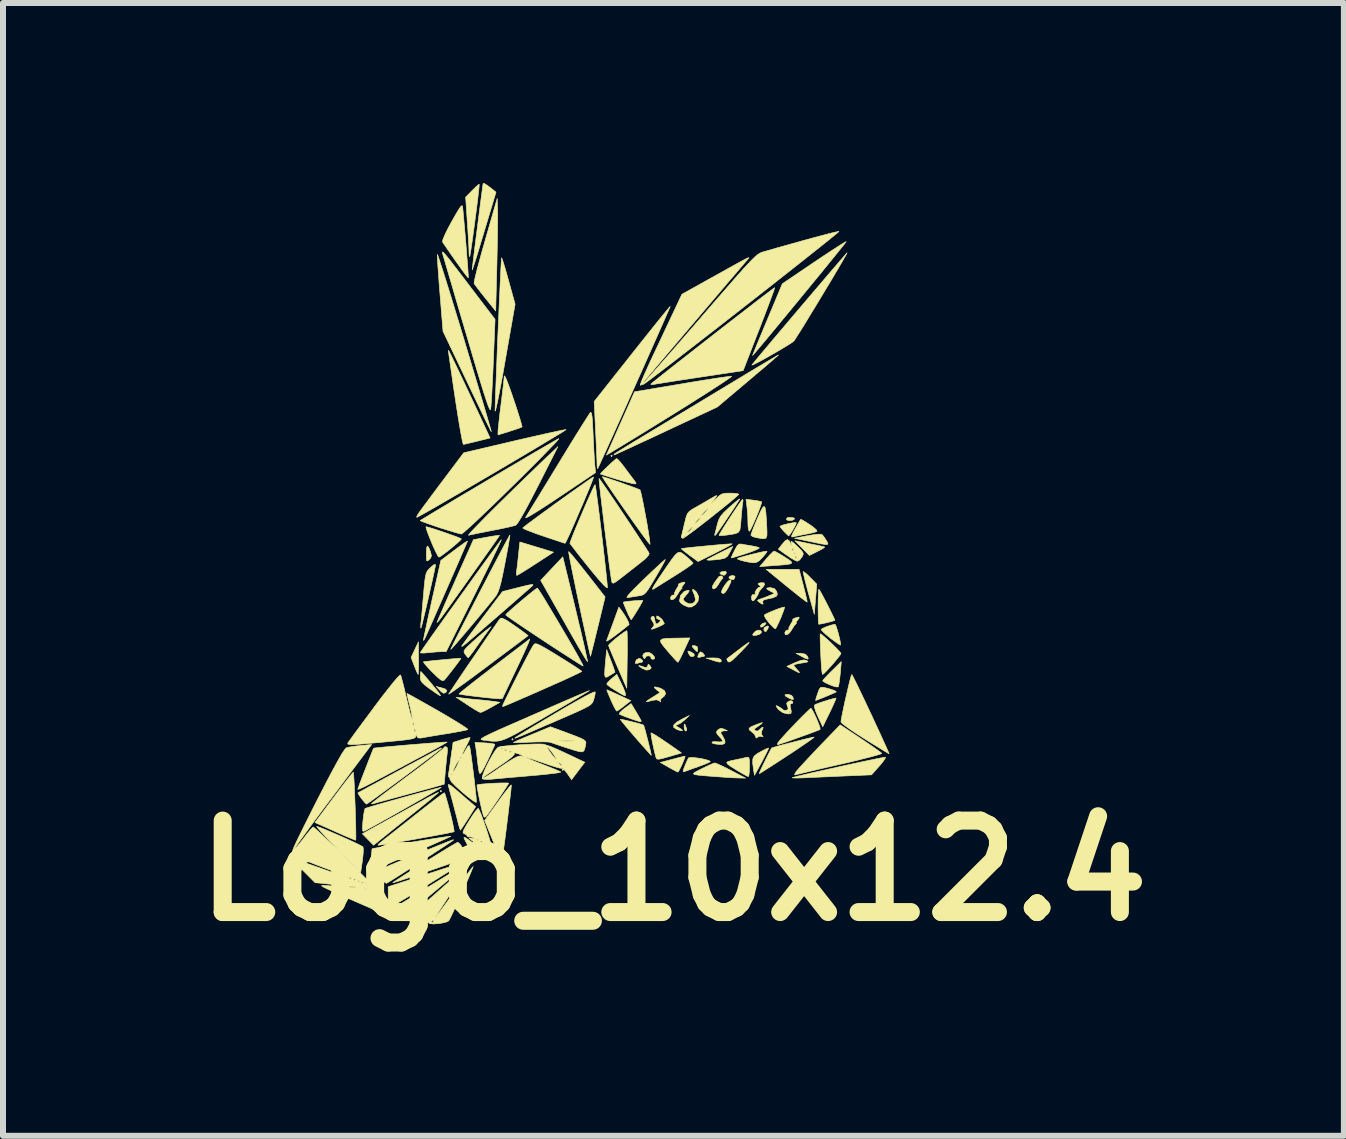
<source format=kicad_pcb>
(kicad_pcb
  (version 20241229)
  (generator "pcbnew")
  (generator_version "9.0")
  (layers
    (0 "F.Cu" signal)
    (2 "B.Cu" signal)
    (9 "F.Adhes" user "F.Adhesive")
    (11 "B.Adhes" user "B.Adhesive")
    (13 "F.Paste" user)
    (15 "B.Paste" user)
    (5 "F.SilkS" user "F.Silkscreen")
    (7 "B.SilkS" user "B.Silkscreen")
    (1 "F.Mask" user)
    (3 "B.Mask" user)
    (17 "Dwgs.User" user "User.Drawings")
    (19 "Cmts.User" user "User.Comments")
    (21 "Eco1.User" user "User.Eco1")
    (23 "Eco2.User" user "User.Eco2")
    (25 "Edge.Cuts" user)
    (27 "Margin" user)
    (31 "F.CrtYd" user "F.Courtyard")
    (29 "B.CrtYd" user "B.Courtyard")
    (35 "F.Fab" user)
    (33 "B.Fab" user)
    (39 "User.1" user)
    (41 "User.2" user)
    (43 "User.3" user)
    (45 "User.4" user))
  (footprint "Logo_10x12.4"
    (layer "F.Cu")
    (at 6.772 6.158)
    (property "Reference" "Logo_10x12.4" (at 1.4 5.3 0) (layer "F.SilkS") (effects (font (size 1.524 1.524) (thickness 0.3))))
    (attr through_hole)
    (fp_poly (pts (xy -2.464 3.975) (xy -2.477 3.988) (xy -2.489 3.975) (xy -2.477 3.962) (xy -2.464 3.975)) (stroke (width 0.01) (type solid)) (fill yes) (layer "F.SilkS"))
    (fp_poly (pts (xy -1.27 3.111) (xy -1.283 3.124) (xy -1.295 3.111) (xy -1.283 3.099) (xy -1.27 3.111)) (stroke (width 0.01) (type solid)) (fill yes) (layer "F.SilkS"))
    (fp_poly (pts (xy -0.432 3.619) (xy -0.445 3.632) (xy -0.457 3.619) (xy -0.445 3.607) (xy -0.432 3.619)) (stroke (width 0.01) (type solid)) (fill yes) (layer "F.SilkS"))
    (fp_poly (pts (xy 0.381 -1.613) (xy 0.368 -1.6) (xy 0.356 -1.613) (xy 0.368 -1.626) (xy 0.381 -1.613)) (stroke (width 0.01) (type solid)) (fill yes) (layer "F.SilkS"))
    (fp_poly (pts (xy 1.589 2.858) (xy 1.6 2.883) (xy 1.621 2.942) (xy 1.616 2.968) (xy 1.6 2.972) (xy 1.582 2.95) (xy 1.577 2.902) (xy 1.58 2.857) (xy 1.589 2.858)) (stroke (width 0.01) (type solid)) (fill yes) (layer "F.SilkS"))
    (fp_poly (pts (xy 1.69 1.656) (xy 1.743 1.689) (xy 1.746 1.718) (xy 1.718 1.735) (xy 1.681 1.725) (xy 1.655 1.688) (xy 1.639 1.646) (xy 1.653 1.641) (xy 1.69 1.656)) (stroke (width 0.01) (type solid)) (fill yes) (layer "F.SilkS"))
    (fp_poly (pts (xy 2.985 1.236) (xy 2.972 1.27) (xy 2.944 1.313) (xy 2.922 1.313) (xy 2.907 1.293) (xy 2.909 1.257) (xy 2.924 1.242) (xy 2.971 1.221) (xy 2.985 1.236)) (stroke (width 0.01) (type solid)) (fill yes) (layer "F.SilkS"))
    (fp_poly (pts (xy 3.597 1.692) (xy 3.632 1.727) (xy 3.647 1.765) (xy 3.632 1.774) (xy 3.583 1.755) (xy 3.531 1.727) (xy 3.442 1.679) (xy 3.523 1.677) (xy 3.597 1.692)) (stroke (width 0.01) (type solid)) (fill yes) (layer "F.SilkS"))
    (fp_poly (pts (xy -2.477 2.249) (xy -2.401 2.273) (xy -2.375 2.3) (xy -2.394 2.332) (xy -2.395 2.332) (xy -2.428 2.344) (xy -2.468 2.32) (xy -2.491 2.296) (xy -2.553 2.231) (xy -2.477 2.249)) (stroke (width 0.01) (type solid)) (fill yes) (layer "F.SilkS"))
    (fp_poly (pts (xy 1.794 1.565) (xy 1.803 1.6) (xy 1.8 1.642) (xy 1.795 1.651) (xy 1.773 1.634) (xy 1.74 1.6) (xy 1.71 1.563) (xy 1.716 1.551) (xy 1.749 1.549) (xy 1.794 1.565)) (stroke (width 0.01) (type solid)) (fill yes) (layer "F.SilkS"))
    (fp_poly (pts (xy 2.145 1.76) (xy 2.187 1.78) (xy 2.194 1.791) (xy 2.196 1.818) (xy 2.171 1.825) (xy 2.11 1.812) (xy 2.045 1.791) (xy 1.943 1.758) (xy 2.061 1.755) (xy 2.145 1.76)) (stroke (width 0.01) (type solid)) (fill yes) (layer "F.SilkS"))
    (fp_poly (pts (xy 2.283 0.329) (xy 2.274 0.354) (xy 2.244 0.379) (xy 2.198 0.365) (xy 2.187 0.358) (xy 2.171 0.338) (xy 2.199 0.321) (xy 2.208 0.318) (xy 2.264 0.31) (xy 2.283 0.329)) (stroke (width 0.01) (type solid)) (fill yes) (layer "F.SilkS"))
    (fp_poly (pts (xy 2.424 0.394) (xy 2.422 0.419) (xy 2.402 0.45) (xy 2.366 0.449) (xy 2.343 0.44) (xy 2.322 0.418) (xy 2.339 0.393) (xy 2.384 0.381) (xy 2.388 0.381) (xy 2.424 0.394)) (stroke (width 0.01) (type solid)) (fill yes) (layer "F.SilkS"))
    (fp_poly (pts (xy 2.933 1.192) (xy 2.923 1.204) (xy 2.884 1.237) (xy 2.855 1.242) (xy 2.85 1.217) (xy 2.851 1.213) (xy 2.882 1.182) (xy 2.91 1.172) (xy 2.942 1.17) (xy 2.933 1.192)) (stroke (width 0.01) (type solid)) (fill yes) (layer "F.SilkS"))
    (fp_poly (pts (xy -2.847 1.759) (xy -2.847 1.87) (xy -2.848 1.959) (xy -2.851 2.016) (xy -2.854 2.032) (xy -2.867 2.01) (xy -2.892 1.954) (xy -2.918 1.889) (xy -2.972 1.747) (xy -2.849 1.486) (xy -2.847 1.759)) (stroke (width 0.01) (type solid)) (fill yes) (layer "F.SilkS"))
    (fp_poly (pts (xy 0.847 1.767) (xy 0.881 1.792) (xy 0.887 1.819) (xy 0.866 1.829) (xy 0.823 1.837) (xy 0.802 1.844) (xy 0.768 1.847) (xy 0.762 1.838) (xy 0.781 1.787) (xy 0.823 1.764) (xy 0.847 1.767)) (stroke (width 0.01) (type solid)) (fill yes) (layer "F.SilkS"))
    (fp_poly (pts (xy 3.365 2.378) (xy 3.389 2.404) (xy 3.399 2.443) (xy 3.382 2.45) (xy 3.331 2.428) (xy 3.321 2.423) (xy 3.265 2.389) (xy 3.257 2.37) (xy 3.296 2.362) (xy 3.312 2.362) (xy 3.365 2.378)) (stroke (width 0.01) (type solid)) (fill yes) (layer "F.SilkS"))
    (fp_poly (pts (xy 1.88 1.667) (xy 1.897 1.683) (xy 1.92 1.715) (xy 1.913 1.727) (xy 1.864 1.736) (xy 1.844 1.743) (xy 1.81 1.745) (xy 1.804 1.736) (xy 1.816 1.698) (xy 1.828 1.676) (xy 1.851 1.653) (xy 1.88 1.667)) (stroke (width 0.01) (type solid)) (fill yes) (layer "F.SilkS"))
    (fp_poly (pts (xy 2.847 1.295) (xy 2.867 1.318) (xy 2.861 1.34) (xy 2.831 1.362) (xy 2.783 1.377) (xy 2.738 1.382) (xy 2.718 1.372) (xy 2.718 1.372) (xy 2.735 1.343) (xy 2.763 1.313) (xy 2.806 1.292) (xy 2.847 1.295)) (stroke (width 0.01) (type solid)) (fill yes) (layer "F.SilkS"))
    (fp_poly (pts (xy 3.347 -0.585) (xy 3.38 -0.584) (xy 3.415 -0.574) (xy 3.416 -0.559) (xy 3.385 -0.54) (xy 3.338 -0.534) (xy 3.296 -0.54) (xy 3.281 -0.559) (xy 3.281 -0.561) (xy 3.303 -0.585) (xy 3.309 -0.586) (xy 3.347 -0.585)) (stroke (width 0.01) (type solid)) (fill yes) (layer "F.SilkS"))
    (fp_poly (pts (xy 3.661 -0.149) (xy 3.766 -0.128) (xy 3.852 -0.11) (xy 3.907 -0.098) (xy 3.919 -0.094) (xy 3.91 -0.081) (xy 3.864 -0.053) (xy 3.802 -0.021) (xy 3.665 0.047) (xy 3.544 -0.075) (xy 3.424 -0.198) (xy 3.661 -0.149)) (stroke (width 0.01) (type solid)) (fill yes) (layer "F.SilkS"))
    (fp_poly (pts (xy 2.357 0.462) (xy 2.358 0.483) (xy 2.337 0.532) (xy 2.311 0.585) (xy 2.265 0.659) (xy 2.229 0.685) (xy 2.2 0.665) (xy 2.205 0.632) (xy 2.232 0.579) (xy 2.271 0.521) (xy 2.311 0.475) (xy 2.338 0.457) (xy 2.357 0.462)) (stroke (width 0.01) (type solid)) (fill yes) (layer "F.SilkS"))
    (fp_poly (pts (xy 3.564 0.549) (xy 3.592 0.658) (xy 3.613 0.747) (xy 3.626 0.806) (xy 3.627 0.825) (xy 3.606 0.812) (xy 3.552 0.772) (xy 3.472 0.71) (xy 3.373 0.63) (xy 3.281 0.556) (xy 2.943 0.279) (xy 3.493 0.279) (xy 3.564 0.549)) (stroke (width 0.01) (type solid)) (fill yes) (layer "F.SilkS"))
    (fp_poly (pts (xy 3.583 0.327) (xy 3.629 0.366) (xy 3.68 0.416) (xy 3.788 0.526) (xy 3.767 0.777) (xy 3.747 1.029) (xy 3.649 0.677) (xy 3.615 0.552) (xy 3.588 0.444) (xy 3.569 0.365) (xy 3.561 0.321) (xy 3.562 0.316) (xy 3.583 0.327)) (stroke (width 0.01) (type solid)) (fill yes) (layer "F.SilkS"))
    (fp_poly (pts (xy -2.682 -0.093) (xy -2.654 -0.028) (xy -2.647 -0.008) (xy -2.633 0.053) (xy -2.647 0.093) (xy -2.669 0.116) (xy -2.696 0.138) (xy -2.711 0.135) (xy -2.717 0.099) (xy -2.718 0.022) (xy -2.718 0.012) (xy -2.714 -0.074) (xy -2.702 -0.109) (xy -2.682 -0.093)) (stroke (width 0.01) (type solid)) (fill yes) (layer "F.SilkS"))
    (fp_poly (pts (xy 2.339 -0.004) (xy 2.302 0.058) (xy 2.259 0.091) (xy 2.191 0.108) (xy 2.169 0.111) (xy 2.069 0.122) (xy 1.996 0.127) (xy 1.959 0.123) (xy 1.958 0.117) (xy 1.984 0.102) (xy 2.045 0.07) (xy 2.129 0.027) (xy 2.179 0.002) (xy 2.389 -0.103) (xy 2.339 -0.004)) (stroke (width 0.01) (type solid)) (fill yes) (layer "F.SilkS"))
    (fp_poly (pts (xy 2.977 3.28) (xy 2.949 3.339) (xy 2.906 3.422) (xy 2.872 3.488) (xy 2.75 3.711) (xy 2.734 3.615) (xy 2.72 3.509) (xy 2.722 3.439) (xy 2.745 3.39) (xy 2.797 3.349) (xy 2.848 3.32) (xy 2.918 3.283) (xy 2.969 3.26) (xy 2.985 3.256) (xy 2.977 3.28)) (stroke (width 0.01) (type solid)) (fill yes) (layer "F.SilkS"))
    (fp_poly (pts (xy 0.516 2.151) (xy 0.569 2.263) (xy 0.597 2.34) (xy 0.601 2.381) (xy 0.592 2.386) (xy 0.561 2.372) (xy 0.501 2.339) (xy 0.432 2.297) (xy 0.359 2.25) (xy 0.307 2.211) (xy 0.288 2.191) (xy 0.303 2.165) (xy 0.346 2.121) (xy 0.369 2.1) (xy 0.455 2.029) (xy 0.516 2.151)) (stroke (width 0.01) (type solid)) (fill yes) (layer "F.SilkS"))
    (fp_poly (pts (xy 1 1.874) (xy 1.011 1.887) (xy 1.03 1.922) (xy 1.005 1.947) (xy 0.999 1.951) (xy 0.945 1.958) (xy 0.876 1.927) (xy 0.827 1.893) (xy 0.823 1.881) (xy 0.864 1.891) (xy 0.898 1.904) (xy 0.947 1.915) (xy 0.968 1.897) (xy 0.97 1.887) (xy 0.98 1.86) (xy 1 1.874)) (stroke (width 0.01) (type solid)) (fill yes) (layer "F.SilkS"))
    (fp_poly (pts (xy 1.589 3.415) (xy 1.569 3.467) (xy 1.541 3.534) (xy 1.51 3.598) (xy 1.486 3.644) (xy 1.475 3.657) (xy 1.447 3.646) (xy 1.389 3.615) (xy 1.321 3.577) (xy 1.181 3.497) (xy 1.384 3.443) (xy 1.478 3.418) (xy 1.551 3.4) (xy 1.59 3.392) (xy 1.594 3.391) (xy 1.589 3.415)) (stroke (width 0.01) (type solid)) (fill yes) (layer "F.SilkS"))
    (fp_poly (pts (xy 0.359 1.804) (xy 0.392 1.892) (xy 0.415 1.958) (xy 0.425 1.992) (xy 0.425 1.994) (xy 0.402 2.008) (xy 0.353 2.038) (xy 0.35 2.04) (xy 0.291 2.074) (xy 0.263 2.075) (xy 0.255 2.042) (xy 0.254 2.01) (xy 0.257 1.946) (xy 0.264 1.854) (xy 0.271 1.778) (xy 0.287 1.617) (xy 0.359 1.804)) (stroke (width 0.01) (type solid)) (fill yes) (layer "F.SilkS"))
    (fp_poly (pts (xy 0.536 0.969) (xy 0.582 1.035) (xy 0.623 1.104) (xy 0.652 1.163) (xy 0.661 1.198) (xy 0.659 1.201) (xy 0.528 1.306) (xy 0.422 1.387) (xy 0.343 1.444) (xy 0.296 1.473) (xy 0.284 1.472) (xy 0.298 1.434) (xy 0.325 1.36) (xy 0.361 1.261) (xy 0.394 1.172) (xy 0.49 0.908) (xy 0.536 0.969)) (stroke (width 0.01) (type solid)) (fill yes) (layer "F.SilkS"))
    (fp_poly (pts (xy 0.779 2.656) (xy 0.822 2.73) (xy 0.853 2.785) (xy 0.864 2.808) (xy 0.857 2.816) (xy 0.833 2.814) (xy 0.781 2.799) (xy 0.693 2.769) (xy 0.669 2.76) (xy 0.586 2.73) (xy 0.523 2.704) (xy 0.496 2.689) (xy 0.506 2.667) (xy 0.547 2.626) (xy 0.587 2.594) (xy 0.694 2.516) (xy 0.779 2.656)) (stroke (width 0.01) (type solid)) (fill yes) (layer "F.SilkS"))
    (fp_poly (pts (xy 0.997 1.665) (xy 1.043 1.691) (xy 1.085 1.74) (xy 1.084 1.77) (xy 1.053 1.778) (xy 1.025 1.767) (xy 1.027 1.755) (xy 1.018 1.732) (xy 0.992 1.72) (xy 0.947 1.725) (xy 0.935 1.745) (xy 0.919 1.768) (xy 0.908 1.763) (xy 0.887 1.72) (xy 0.903 1.684) (xy 0.944 1.664) (xy 0.997 1.665)) (stroke (width 0.01) (type solid)) (fill yes) (layer "F.SilkS"))
    (fp_poly (pts (xy 1.581 2.793) (xy 1.52 2.841) (xy 1.468 2.868) (xy 1.454 2.871) (xy 1.435 2.879) (xy 1.463 2.901) (xy 1.48 2.91) (xy 1.538 2.947) (xy 1.55 2.968) (xy 1.518 2.967) (xy 1.454 2.946) (xy 1.404 2.913) (xy 1.404 2.873) (xy 1.452 2.826) (xy 1.549 2.771) (xy 1.664 2.715) (xy 1.581 2.793)) (stroke (width 0.01) (type solid)) (fill yes) (layer "F.SilkS"))
    (fp_poly (pts (xy 3.106 -0.013) (xy 3.167 0.021) (xy 3.245 0.068) (xy 3.253 0.074) (xy 3.324 0.119) (xy 3.364 0.152) (xy 3.37 0.174) (xy 3.339 0.19) (xy 3.266 0.201) (xy 3.148 0.211) (xy 3.076 0.216) (xy 2.838 0.233) (xy 2.947 0.104) (xy 3.005 0.038) (xy 3.052 -0.008) (xy 3.076 -0.025) (xy 3.106 -0.013)) (stroke (width 0.01) (type solid)) (fill yes) (layer "F.SilkS"))
    (fp_poly (pts (xy 3.865 -0.306) (xy 3.873 -0.303) (xy 3.903 -0.269) (xy 3.941 -0.212) (xy 3.945 -0.205) (xy 3.966 -0.169) (xy 3.974 -0.146) (xy 3.963 -0.135) (xy 3.927 -0.135) (xy 3.858 -0.147) (xy 3.749 -0.169) (xy 3.67 -0.186) (xy 3.416 -0.239) (xy 3.632 -0.281) (xy 3.733 -0.298) (xy 3.815 -0.306) (xy 3.865 -0.306)) (stroke (width 0.01) (type solid)) (fill yes) (layer "F.SilkS"))
    (fp_poly (pts (xy 4.179 2.019) (xy 4.168 2.116) (xy 4.157 2.192) (xy 4.147 2.234) (xy 4.144 2.238) (xy 4.113 2.238) (xy 4.052 2.221) (xy 4.007 2.203) (xy 3.939 2.172) (xy 3.895 2.146) (xy 3.886 2.136) (xy 3.903 2.112) (xy 3.948 2.062) (xy 4.013 1.995) (xy 4.041 1.968) (xy 4.196 1.816) (xy 4.179 2.019)) (stroke (width 0.01) (type solid)) (fill yes) (layer "F.SilkS"))
    (fp_poly (pts (xy -2.121 2.423) (xy -2.039 2.433) (xy -1.934 2.444) (xy -1.854 2.451) (xy -1.749 2.461) (xy -1.649 2.473) (xy -1.591 2.48) (xy -1.493 2.495) (xy -1.642 2.58) (xy -1.721 2.623) (xy -1.784 2.654) (xy -1.816 2.664) (xy -1.847 2.651) (xy -1.91 2.615) (xy -1.992 2.563) (xy -2.032 2.537) (xy -2.223 2.41) (xy -2.121 2.423)) (stroke (width 0.01) (type solid)) (fill yes) (layer "F.SilkS"))
    (fp_poly (pts (xy 0.315 2.296) (xy 0.375 2.322) (xy 0.458 2.36) (xy 0.493 2.376) (xy 0.689 2.467) (xy 0.579 2.554) (xy 0.516 2.602) (xy 0.47 2.634) (xy 0.455 2.641) (xy 0.438 2.62) (xy 0.407 2.563) (xy 0.369 2.482) (xy 0.361 2.464) (xy 0.325 2.38) (xy 0.299 2.317) (xy 0.29 2.287) (xy 0.29 2.286) (xy 0.315 2.296)) (stroke (width 0.01) (type solid)) (fill yes) (layer "F.SilkS"))
    (fp_poly (pts (xy 1.579 1.625) (xy 1.536 1.716) (xy 1.501 1.785) (xy 1.478 1.823) (xy 1.473 1.827) (xy 1.452 1.808) (xy 1.406 1.759) (xy 1.343 1.689) (xy 1.304 1.643) (xy 1.232 1.557) (xy 1.19 1.498) (xy 1.184 1.461) (xy 1.215 1.439) (xy 1.289 1.429) (xy 1.408 1.426) (xy 1.465 1.425) (xy 1.673 1.422) (xy 1.579 1.625)) (stroke (width 0.01) (type solid)) (fill yes) (layer "F.SilkS"))
    (fp_poly (pts (xy 4.109 2.425) (xy 4.102 2.449) (xy 4.076 2.509) (xy 4.037 2.594) (xy 4.002 2.667) (xy 3.887 2.903) (xy 3.807 2.732) (xy 3.77 2.645) (xy 3.749 2.577) (xy 3.749 2.542) (xy 3.75 2.54) (xy 3.781 2.524) (xy 3.844 2.5) (xy 3.923 2.474) (xy 4.003 2.449) (xy 4.069 2.431) (xy 4.106 2.424) (xy 4.109 2.425)) (stroke (width 0.01) (type solid)) (fill yes) (layer "F.SilkS"))
    (fp_poly (pts (xy 2.653 1.514) (xy 2.607 1.565) (xy 2.528 1.648) (xy 2.441 1.735) (xy 2.382 1.791) (xy 2.344 1.819) (xy 2.32 1.823) (xy 2.303 1.809) (xy 2.298 1.802) (xy 2.288 1.773) (xy 2.29 1.769) (xy 2.313 1.751) (xy 2.366 1.711) (xy 2.439 1.655) (xy 2.464 1.636) (xy 2.568 1.557) (xy 2.634 1.51) (xy 2.662 1.495) (xy 2.653 1.514)) (stroke (width 0.01) (type solid)) (fill yes) (layer "F.SilkS"))
    (fp_poly (pts (xy 3.447 -0.498) (xy 3.441 -0.474) (xy 3.415 -0.424) (xy 3.381 -0.364) (xy 3.347 -0.311) (xy 3.323 -0.281) (xy 3.319 -0.279) (xy 3.299 -0.296) (xy 3.257 -0.337) (xy 3.243 -0.351) (xy 3.2 -0.4) (xy 3.176 -0.433) (xy 3.175 -0.437) (xy 3.197 -0.451) (xy 3.252 -0.468) (xy 3.322 -0.484) (xy 3.389 -0.497) (xy 3.436 -0.501) (xy 3.447 -0.498)) (stroke (width 0.01) (type solid)) (fill yes) (layer "F.SilkS"))
    (fp_poly (pts (xy 3.921 2.25) (xy 4.002 2.271) (xy 4.069 2.293) (xy 4.108 2.313) (xy 4.112 2.322) (xy 4.086 2.335) (xy 4.028 2.36) (xy 3.953 2.392) (xy 3.875 2.424) (xy 3.81 2.449) (xy 3.773 2.463) (xy 3.769 2.464) (xy 3.772 2.442) (xy 3.789 2.387) (xy 3.802 2.348) (xy 3.828 2.279) (xy 3.851 2.248) (xy 3.886 2.243) (xy 3.921 2.25)) (stroke (width 0.01) (type solid)) (fill yes) (layer "F.SilkS"))
    (fp_poly (pts (xy 1.05 3.013) (xy 1.107 3.046) (xy 1.188 3.099) (xy 1.285 3.165) (xy 1.286 3.165) (xy 1.534 3.338) (xy 1.392 3.38) (xy 1.275 3.414) (xy 1.197 3.435) (xy 1.15 3.443) (xy 1.124 3.438) (xy 1.112 3.423) (xy 1.108 3.41) (xy 1.087 3.333) (xy 1.066 3.241) (xy 1.047 3.149) (xy 1.032 3.07) (xy 1.025 3.017) (xy 1.026 3.004) (xy 1.05 3.013)) (stroke (width 0.01) (type solid)) (fill yes) (layer "F.SilkS"))
    (fp_poly (pts (xy 2.733 -0.873) (xy 2.807 -0.862) (xy 2.857 -0.851) (xy 2.868 -0.847) (xy 2.865 -0.82) (xy 2.845 -0.759) (xy 2.814 -0.677) (xy 2.776 -0.584) (xy 2.737 -0.494) (xy 2.702 -0.418) (xy 2.675 -0.368) (xy 2.663 -0.356) (xy 2.651 -0.379) (xy 2.643 -0.437) (xy 2.641 -0.489) (xy 2.638 -0.6) (xy 2.629 -0.719) (xy 2.625 -0.756) (xy 2.609 -0.889) (xy 2.733 -0.873)) (stroke (width 0.01) (type solid)) (fill yes) (layer "F.SilkS"))
    (fp_poly (pts (xy 2.959 -0.022) (xy 2.948 0.000384) (xy 2.912 0.047) (xy 2.881 0.083) (xy 2.829 0.135) (xy 2.785 0.162) (xy 2.732 0.17) (xy 2.654 0.159) (xy 2.584 0.145) (xy 2.515 0.126) (xy 2.471 0.109) (xy 2.464 0.102) (xy 2.486 0.09) (xy 2.546 0.071) (xy 2.63 0.048) (xy 2.724 0.024) (xy 2.817 0.002) (xy 2.895 -0.015) (xy 2.946 -0.023) (xy 2.959 -0.022)) (stroke (width 0.01) (type solid)) (fill yes) (layer "F.SilkS"))
    (fp_poly (pts (xy -2.792 1.999) (xy -2.748 2.049) (xy -2.686 2.121) (xy -2.632 2.184) (xy -2.564 2.268) (xy -2.513 2.334) (xy -2.485 2.376) (xy -2.482 2.386) (xy -2.511 2.372) (xy -2.569 2.334) (xy -2.644 2.281) (xy -2.661 2.27) (xy -2.742 2.208) (xy -2.79 2.163) (xy -2.813 2.123) (xy -2.819 2.077) (xy -2.819 2.068) (xy -2.817 2.01) (xy -2.812 1.982) (xy -2.811 1.981) (xy -2.792 1.999)) (stroke (width 0.01) (type solid)) (fill yes) (layer "F.SilkS"))
    (fp_poly (pts (xy -1.742 3.171) (xy -1.657 3.177) (xy -1.598 3.187) (xy -1.576 3.196) (xy -1.587 3.225) (xy -1.616 3.289) (xy -1.657 3.379) (xy -1.699 3.467) (xy -1.754 3.579) (xy -1.793 3.649) (xy -1.818 3.68) (xy -1.833 3.676) (xy -1.835 3.67) (xy -1.846 3.618) (xy -1.858 3.536) (xy -1.866 3.467) (xy -1.877 3.37) (xy -1.889 3.281) (xy -1.895 3.239) (xy -1.908 3.162) (xy -1.742 3.171)) (stroke (width 0.01) (type solid)) (fill yes) (layer "F.SilkS"))
    (fp_poly (pts (xy 0.628 1.33) (xy 0.63 1.4) (xy 0.631 1.505) (xy 0.631 1.637) (xy 0.629 1.787) (xy 0.629 1.787) (xy 0.622 2.261) (xy 0.47 1.912) (xy 0.417 1.789) (xy 0.372 1.682) (xy 0.338 1.601) (xy 0.32 1.554) (xy 0.318 1.546) (xy 0.335 1.523) (xy 0.382 1.48) (xy 0.444 1.427) (xy 0.512 1.374) (xy 0.572 1.33) (xy 0.613 1.304) (xy 0.624 1.302) (xy 0.628 1.33)) (stroke (width 0.01) (type solid)) (fill yes) (layer "F.SilkS"))
    (fp_poly (pts (xy 0.889 0.798) (xy 0.889 0.799) (xy 0.877 0.825) (xy 0.846 0.88) (xy 0.805 0.95) (xy 0.761 1.021) (xy 0.723 1.08) (xy 0.699 1.114) (xy 0.695 1.118) (xy 0.681 1.096) (xy 0.652 1.041) (xy 0.622 0.974) (xy 0.59 0.898) (xy 0.569 0.844) (xy 0.565 0.825) (xy 0.593 0.819) (xy 0.653 0.811) (xy 0.729 0.804) (xy 0.805 0.799) (xy 0.863 0.796) (xy 0.889 0.798)) (stroke (width 0.01) (type solid)) (fill yes) (layer "F.SilkS"))
    (fp_poly (pts (xy 2.583 -0.132) (xy 2.663 -0.119) (xy 2.699 -0.113) (xy 2.772 -0.1) (xy 2.821 -0.085) (xy 2.831 -0.078) (xy 2.813 -0.064) (xy 2.756 -0.038) (xy 2.671 -0.005) (xy 2.602 0.018) (xy 2.501 0.05) (xy 2.421 0.074) (xy 2.372 0.087) (xy 2.362 0.087) (xy 2.372 0.061) (xy 2.398 0.004) (xy 2.419 -0.039) (xy 2.458 -0.109) (xy 2.491 -0.141) (xy 2.527 -0.143) (xy 2.583 -0.132)) (stroke (width 0.01) (type solid)) (fill yes) (layer "F.SilkS"))
    (fp_poly (pts (xy 2.926 -0.75) (xy 2.938 -0.683) (xy 2.947 -0.567) (xy 2.952 -0.476) (xy 2.958 -0.359) (xy 2.957 -0.284) (xy 2.943 -0.244) (xy 2.909 -0.231) (xy 2.849 -0.237) (xy 2.774 -0.251) (xy 2.717 -0.268) (xy 2.69 -0.29) (xy 2.69 -0.292) (xy 2.7 -0.325) (xy 2.725 -0.393) (xy 2.763 -0.486) (xy 2.798 -0.567) (xy 2.847 -0.678) (xy 2.883 -0.746) (xy 2.909 -0.771) (xy 2.926 -0.75)) (stroke (width 0.01) (type solid)) (fill yes) (layer "F.SilkS"))
    (fp_poly (pts (xy 3.251 0.909) (xy 3.242 0.947) (xy 3.218 1.012) (xy 3.187 1.091) (xy 3.152 1.169) (xy 3.122 1.232) (xy 3.101 1.267) (xy 3.097 1.27) (xy 3.071 1.252) (xy 3.025 1.206) (xy 2.986 1.164) (xy 2.94 1.102) (xy 2.915 1.056) (xy 2.914 1.039) (xy 2.948 1.019) (xy 3.009 0.991) (xy 3.084 0.96) (xy 3.158 0.932) (xy 3.218 0.913) (xy 3.249 0.908) (xy 3.251 0.909)) (stroke (width 0.01) (type solid)) (fill yes) (layer "F.SilkS"))
    (fp_poly (pts (xy 3.616 1.797) (xy 3.64 1.812) (xy 3.63 1.823) (xy 3.579 1.834) (xy 3.537 1.84) (xy 3.463 1.853) (xy 3.414 1.867) (xy 3.404 1.874) (xy 3.419 1.901) (xy 3.457 1.946) (xy 3.459 1.948) (xy 3.494 1.987) (xy 3.499 2.002) (xy 3.469 1.991) (xy 3.4 1.955) (xy 3.391 1.95) (xy 3.289 1.896) (xy 3.425 1.834) (xy 3.515 1.799) (xy 3.575 1.788) (xy 3.616 1.797)) (stroke (width 0.01) (type solid)) (fill yes) (layer "F.SilkS"))
    (fp_poly (pts (xy 4.106 1.216) (xy 4.125 1.273) (xy 4.147 1.348) (xy 4.167 1.427) (xy 4.181 1.495) (xy 4.185 1.535) (xy 4.184 1.54) (xy 4.161 1.53) (xy 4.108 1.495) (xy 4.036 1.442) (xy 4.015 1.426) (xy 3.941 1.365) (xy 3.887 1.315) (xy 3.862 1.284) (xy 3.861 1.28) (xy 3.886 1.262) (xy 3.941 1.238) (xy 4.008 1.214) (xy 4.068 1.198) (xy 4.093 1.194) (xy 4.106 1.216)) (stroke (width 0.01) (type solid)) (fill yes) (layer "F.SilkS"))
    (fp_poly (pts (xy -1.703 1.322) (xy -1.75 1.386) (xy -1.813 1.474) (xy -1.881 1.568) (xy -1.89 1.581) (xy -1.946 1.66) (xy -1.991 1.719) (xy -2.017 1.75) (xy -2.02 1.753) (xy -2.04 1.734) (xy -2.07 1.695) (xy -2.088 1.666) (xy -2.09 1.64) (xy -2.07 1.607) (xy -2.023 1.558) (xy -1.951 1.491) (xy -1.866 1.415) (xy -1.786 1.346) (xy -1.725 1.296) (xy -1.714 1.289) (xy -1.638 1.233) (xy -1.703 1.322)) (stroke (width 0.01) (type solid)) (fill yes) (layer "F.SilkS"))
    (fp_poly (pts (xy -1.135 -0.17) (xy -1.072 -0.151) (xy -0.98 -0.123) (xy -0.877 -0.092) (xy -0.599 -0.007) (xy -0.897 0.187) (xy -1.006 0.257) (xy -1.099 0.316) (xy -1.169 0.358) (xy -1.207 0.379) (xy -1.211 0.381) (xy -1.217 0.359) (xy -1.214 0.304) (xy -1.211 0.286) (xy -1.201 0.211) (xy -1.19 0.108) (xy -1.179 0.006) (xy -1.17 -0.083) (xy -1.163 -0.148) (xy -1.159 -0.177) (xy -1.159 -0.177) (xy -1.135 -0.17)) (stroke (width 0.01) (type solid)) (fill yes) (layer "F.SilkS"))
    (fp_poly (pts (xy 2.21 0.394) (xy 2.225 0.419) (xy 2.219 0.429) (xy 2.192 0.46) (xy 2.157 0.515) (xy 2.155 0.52) (xy 2.108 0.586) (xy 2.069 0.606) (xy 2.047 0.589) (xy 2.053 0.553) (xy 2.071 0.521) (xy 2.083 0.521) (xy 2.095 0.533) (xy 2.108 0.521) (xy 2.095 0.508) (xy 2.083 0.521) (xy 2.071 0.521) (xy 2.089 0.491) (xy 2.149 0.411) (xy 2.161 0.397) (xy 2.196 0.388) (xy 2.21 0.394)) (stroke (width 0.01) (type solid)) (fill yes) (layer "F.SilkS"))
    (fp_poly (pts (xy 2.377 -0.146) (xy 2.359 -0.132) (xy 2.304 -0.101) (xy 2.219 -0.056) (xy 2.113 -0.002) (xy 2.098 0.006) (xy 1.81 0.149) (xy 1.667 0.045) (xy 1.598 -0.008) (xy 1.549 -0.047) (xy 1.531 -0.065) (xy 1.531 -0.066) (xy 1.557 -0.071) (xy 1.624 -0.079) (xy 1.721 -0.09) (xy 1.838 -0.101) (xy 1.963 -0.113) (xy 2.089 -0.125) (xy 2.203 -0.135) (xy 2.296 -0.142) (xy 2.357 -0.146) (xy 2.377 -0.146)) (stroke (width 0.01) (type solid)) (fill yes) (layer "F.SilkS"))
    (fp_poly (pts (xy 2.657 3.419) (xy 2.665 3.458) (xy 2.667 3.534) (xy 2.667 3.566) (xy 2.664 3.65) (xy 2.657 3.711) (xy 2.648 3.733) (xy 2.618 3.72) (xy 2.558 3.687) (xy 2.479 3.641) (xy 2.467 3.634) (xy 2.366 3.571) (xy 2.307 3.529) (xy 2.286 3.501) (xy 2.304 3.483) (xy 2.357 3.468) (xy 2.405 3.458) (xy 2.496 3.439) (xy 2.574 3.422) (xy 2.61 3.413) (xy 2.64 3.408) (xy 2.657 3.419)) (stroke (width 0.01) (type solid)) (fill yes) (layer "F.SilkS"))
    (fp_poly (pts (xy 3.542 -0.546) (xy 3.595 -0.515) (xy 3.667 -0.468) (xy 3.669 -0.468) (xy 3.737 -0.418) (xy 3.782 -0.378) (xy 3.792 -0.355) (xy 3.792 -0.355) (xy 3.758 -0.341) (xy 3.69 -0.324) (xy 3.607 -0.307) (xy 3.514 -0.289) (xy 3.435 -0.272) (xy 3.393 -0.262) (xy 3.371 -0.26) (xy 3.369 -0.279) (xy 3.389 -0.326) (xy 3.428 -0.397) (xy 3.471 -0.473) (xy 3.504 -0.53) (xy 3.519 -0.554) (xy 3.542 -0.546)) (stroke (width 0.01) (type solid)) (fill yes) (layer "F.SilkS"))
    (fp_poly (pts (xy -1.53 -5.713) (xy -1.529 -5.638) (xy -1.53 -5.521) (xy -1.531 -5.371) (xy -1.534 -5.195) (xy -1.538 -5.003) (xy -1.542 -4.802) (xy -1.543 -4.775) (xy -1.562 -4.026) (xy -1.737 -4.242) (xy -1.809 -4.333) (xy -1.869 -4.411) (xy -1.91 -4.466) (xy -1.923 -4.488) (xy -1.919 -4.52) (xy -1.903 -4.594) (xy -1.876 -4.703) (xy -1.839 -4.842) (xy -1.795 -5.003) (xy -1.744 -5.181) (xy -1.736 -5.21) (xy -1.537 -5.902) (xy -1.53 -5.713)) (stroke (width 0.01) (type solid)) (fill yes) (layer "F.SilkS"))
    (fp_poly (pts (xy 1.141 2.247) (xy 1.19 2.263) (xy 1.251 2.301) (xy 1.27 2.349) (xy 1.243 2.396) (xy 1.218 2.413) (xy 1.184 2.447) (xy 1.185 2.471) (xy 1.191 2.488) (xy 1.165 2.471) (xy 1.116 2.452) (xy 1.042 2.464) (xy 1.04 2.464) (xy 0.973 2.482) (xy 0.947 2.485) (xy 0.963 2.468) (xy 1.022 2.429) (xy 1.052 2.41) (xy 1.177 2.331) (xy 1.116 2.284) (xy 1.08 2.249) (xy 1.088 2.237) (xy 1.141 2.247)) (stroke (width 0.01) (type solid)) (fill yes) (layer "F.SilkS"))
    (fp_poly (pts (xy 2.123 3.517) (xy 2.192 3.547) (xy 2.284 3.592) (xy 2.362 3.632) (xy 2.603 3.758) (xy 2.477 3.755) (xy 2.395 3.752) (xy 2.282 3.745) (xy 2.154 3.736) (xy 2.083 3.731) (xy 1.93 3.719) (xy 1.823 3.709) (xy 1.759 3.7) (xy 1.733 3.688) (xy 1.742 3.671) (xy 1.781 3.647) (xy 1.848 3.613) (xy 1.873 3.6) (xy 1.962 3.556) (xy 2.037 3.523) (xy 2.083 3.506) (xy 2.089 3.505) (xy 2.123 3.517)) (stroke (width 0.01) (type solid)) (fill yes) (layer "F.SilkS"))
    (fp_poly (pts (xy -2.083 5.216) (xy -2.101 5.236) (xy -2.154 5.283) (xy -2.234 5.352) (xy -2.337 5.441) (xy -2.456 5.542) (xy -2.524 5.599) (xy -2.965 5.969) (xy -3.139 5.969) (xy -3.231 5.966) (xy -3.282 5.957) (xy -3.288 5.945) (xy -3.262 5.927) (xy -3.197 5.886) (xy -3.102 5.826) (xy -2.979 5.751) (xy -2.837 5.663) (xy -2.68 5.567) (xy -2.515 5.466) (xy -2.347 5.363) (xy -2.181 5.263) (xy -2.102 5.215) (xy -2.083 5.214) (xy -2.083 5.216)) (stroke (width 0.01) (type solid)) (fill yes) (layer "F.SilkS"))
    (fp_poly (pts (xy -0.233 0.939) (xy -0.185 1.142) (xy -0.14 1.328) (xy -0.102 1.492) (xy -0.071 1.629) (xy -0.048 1.732) (xy -0.035 1.798) (xy -0.032 1.818) (xy -0.046 1.8) (xy -0.082 1.743) (xy -0.135 1.654) (xy -0.203 1.538) (xy -0.281 1.401) (xy -0.338 1.301) (xy -0.428 1.142) (xy -0.515 0.988) (xy -0.594 0.849) (xy -0.66 0.731) (xy -0.709 0.646) (xy -0.724 0.618) (xy -0.813 0.462) (xy -0.628 0.266) (xy -0.444 0.07) (xy -0.233 0.939)) (stroke (width 0.01) (type solid)) (fill yes) (layer "F.SilkS"))
    (fp_poly (pts (xy 1.754 3.417) (xy 1.844 3.429) (xy 1.853 3.43) (xy 1.937 3.449) (xy 1.995 3.467) (xy 2.014 3.482) (xy 2.013 3.484) (xy 1.98 3.502) (xy 1.913 3.53) (xy 1.825 3.562) (xy 1.815 3.566) (xy 1.722 3.598) (xy 1.643 3.627) (xy 1.594 3.645) (xy 1.593 3.645) (xy 1.567 3.653) (xy 1.56 3.641) (xy 1.573 3.598) (xy 1.59 3.553) (xy 1.62 3.482) (xy 1.645 3.431) (xy 1.652 3.42) (xy 1.685 3.413) (xy 1.754 3.417)) (stroke (width 0.01) (type solid)) (fill yes) (layer "F.SilkS"))
    (fp_poly (pts (xy 2.503 -0.889) (xy 2.471 -0.839) (xy 2.422 -0.762) (xy 2.36 -0.669) (xy 2.293 -0.569) (xy 2.227 -0.471) (xy 2.169 -0.386) (xy 2.125 -0.323) (xy 2.103 -0.293) (xy 2.102 -0.292) (xy 2.087 -0.287) (xy 2.091 -0.318) (xy 2.106 -0.373) (xy 2.126 -0.452) (xy 2.135 -0.488) (xy 2.156 -0.552) (xy 2.188 -0.609) (xy 2.241 -0.67) (xy 2.324 -0.748) (xy 2.345 -0.767) (xy 2.419 -0.831) (xy 2.473 -0.875) (xy 2.502 -0.893) (xy 2.503 -0.889)) (stroke (width 0.01) (type solid)) (fill yes) (layer "F.SilkS"))
    (fp_poly (pts (xy 3.837 0.631) (xy 3.869 0.686) (xy 3.911 0.765) (xy 3.959 0.857) (xy 4.006 0.95) (xy 4.047 1.033) (xy 4.077 1.096) (xy 4.089 1.127) (xy 4.089 1.128) (xy 4.067 1.137) (xy 4.013 1.153) (xy 3.944 1.17) (xy 3.876 1.185) (xy 3.829 1.193) (xy 3.821 1.194) (xy 3.817 1.17) (xy 3.813 1.106) (xy 3.811 1.01) (xy 3.81 0.902) (xy 3.811 0.787) (xy 3.814 0.693) (xy 3.818 0.631) (xy 3.822 0.61) (xy 3.837 0.631)) (stroke (width 0.01) (type solid)) (fill yes) (layer "F.SilkS"))
    (fp_poly (pts (xy -2.304 3.886) (xy -2.228 3.948) (xy -2.21 3.963) (xy -2.124 4.038) (xy -2.042 4.109) (xy -1.98 4.162) (xy -1.973 4.168) (xy -1.896 4.233) (xy -2.019 4.428) (xy -2.074 4.514) (xy -2.118 4.58) (xy -2.145 4.618) (xy -2.15 4.623) (xy -2.16 4.601) (xy -2.177 4.545) (xy -2.185 4.515) (xy -2.215 4.397) (xy -2.249 4.27) (xy -2.282 4.143) (xy -2.313 4.028) (xy -2.337 3.937) (xy -2.352 3.881) (xy -2.354 3.874) (xy -2.346 3.862) (xy -2.304 3.886)) (stroke (width 0.01) (type solid)) (fill yes) (layer "F.SilkS"))
    (fp_poly (pts (xy 2.559 -0.868) (xy 2.554 -0.832) (xy 2.547 -0.781) (xy 2.538 -0.695) (xy 2.529 -0.59) (xy 2.526 -0.555) (xy 2.518 -0.447) (xy 2.507 -0.378) (xy 2.481 -0.338) (xy 2.432 -0.316) (xy 2.349 -0.301) (xy 2.28 -0.291) (xy 2.21 -0.284) (xy 2.166 -0.284) (xy 2.159 -0.288) (xy 2.172 -0.315) (xy 2.207 -0.373) (xy 2.258 -0.455) (xy 2.319 -0.549) (xy 2.383 -0.647) (xy 2.445 -0.739) (xy 2.498 -0.817) (xy 2.536 -0.87) (xy 2.553 -0.889) (xy 2.559 -0.868)) (stroke (width 0.01) (type solid)) (fill yes) (layer "F.SilkS"))
    (fp_poly (pts (xy -2.689 -0.424) (xy -2.621 -0.404) (xy -2.53 -0.374) (xy -2.428 -0.34) (xy -2.326 -0.304) (xy -2.236 -0.272) (xy -2.169 -0.245) (xy -2.135 -0.23) (xy -2.134 -0.228) (xy -2.152 -0.205) (xy -2.2 -0.161) (xy -2.267 -0.104) (xy -2.342 -0.042) (xy -2.414 0.014) (xy -2.472 0.056) (xy -2.506 0.076) (xy -2.508 0.076) (xy -2.526 0.054) (xy -2.558 -0.006) (xy -2.599 -0.093) (xy -2.635 -0.178) (xy -2.676 -0.28) (xy -2.707 -0.363) (xy -2.723 -0.417) (xy -2.724 -0.432) (xy -2.689 -0.424)) (stroke (width 0.01) (type solid)) (fill yes) (layer "F.SilkS"))
    (fp_poly (pts (xy -2.534 4.015) (xy -2.587 4.06) (xy -2.668 4.128) (xy -2.772 4.213) (xy -2.894 4.311) (xy -2.953 4.358) (xy -3.088 4.466) (xy -3.216 4.568) (xy -3.329 4.659) (xy -3.421 4.733) (xy -3.482 4.782) (xy -3.494 4.792) (xy -3.598 4.876) (xy -3.691 4.78) (xy -3.784 4.685) (xy -3.347 4.444) (xy -3.196 4.361) (xy -3.044 4.277) (xy -2.904 4.2) (xy -2.787 4.136) (xy -2.712 4.094) (xy -2.625 4.047) (xy -2.557 4.013) (xy -2.519 3.996) (xy -2.515 3.996) (xy -2.534 4.015)) (stroke (width 0.01) (type solid)) (fill yes) (layer "F.SilkS"))
    (fp_poly (pts (xy -2.142 1.763) (xy -2.154 1.783) (xy -2.189 1.831) (xy -2.239 1.898) (xy -2.296 1.972) (xy -2.352 2.043) (xy -2.397 2.099) (xy -2.422 2.127) (xy -2.444 2.135) (xy -2.48 2.119) (xy -2.534 2.074) (xy -2.615 1.995) (xy -2.616 1.995) (xy -2.686 1.922) (xy -2.738 1.863) (xy -2.765 1.827) (xy -2.767 1.821) (xy -2.74 1.815) (xy -2.675 1.808) (xy -2.583 1.798) (xy -2.476 1.788) (xy -2.368 1.778) (xy -2.269 1.769) (xy -2.191 1.764) (xy -2.147 1.762) (xy -2.142 1.763)) (stroke (width 0.01) (type solid)) (fill yes) (layer "F.SilkS"))
    (fp_poly (pts (xy -1.838 -6.112) (xy -1.844 -6.043) (xy -1.856 -5.942) (xy -1.871 -5.815) (xy -1.889 -5.673) (xy -1.909 -5.522) (xy -1.929 -5.372) (xy -1.948 -5.232) (xy -1.966 -5.109) (xy -1.98 -5.012) (xy -1.991 -4.949) (xy -1.996 -4.93) (xy -2.003 -4.945) (xy -2.007 -4.994) (xy -2.007 -5.005) (xy -2.008 -5.06) (xy -2.013 -5.154) (xy -2.02 -5.277) (xy -2.029 -5.419) (xy -2.035 -5.507) (xy -2.063 -5.923) (xy -1.954 -6.034) (xy -1.896 -6.091) (xy -1.853 -6.129) (xy -1.837 -6.138) (xy -1.838 -6.112)) (stroke (width 0.01) (type solid)) (fill yes) (layer "F.SilkS"))
    (fp_poly (pts (xy -1.75 -6.149) (xy -1.702 -6.119) (xy -1.661 -6.089) (xy -1.557 -6.006) (xy -1.755 -5.346) (xy -1.807 -5.174) (xy -1.853 -5.021) (xy -1.893 -4.891) (xy -1.925 -4.793) (xy -1.946 -4.73) (xy -1.954 -4.71) (xy -1.954 -4.71) (xy -1.951 -4.74) (xy -1.943 -4.813) (xy -1.93 -4.92) (xy -1.914 -5.053) (xy -1.895 -5.206) (xy -1.874 -5.369) (xy -1.853 -5.535) (xy -1.832 -5.697) (xy -1.813 -5.845) (xy -1.796 -5.973) (xy -1.783 -6.072) (xy -1.774 -6.135) (xy -1.771 -6.153) (xy -1.75 -6.149)) (stroke (width 0.01) (type solid)) (fill yes) (layer "F.SilkS"))
    (fp_poly (pts (xy 0.541 2.781) (xy 0.601 2.793) (xy 0.68 2.812) (xy 0.765 2.833) (xy 0.839 2.853) (xy 0.89 2.869) (xy 0.902 2.875) (xy 0.911 2.901) (xy 0.929 2.962) (xy 0.951 3.047) (xy 0.976 3.142) (xy 0.999 3.235) (xy 1.018 3.313) (xy 1.029 3.365) (xy 1.03 3.378) (xy 1.012 3.36) (xy 0.967 3.31) (xy 0.9 3.235) (xy 0.817 3.141) (xy 0.766 3.082) (xy 0.678 2.98) (xy 0.604 2.892) (xy 0.549 2.825) (xy 0.519 2.786) (xy 0.515 2.778) (xy 0.541 2.781)) (stroke (width 0.01) (type solid)) (fill yes) (layer "F.SilkS"))
    (fp_poly (pts (xy 2.908 0.504) (xy 2.919 0.531) (xy 2.889 0.578) (xy 2.87 0.597) (xy 2.832 0.641) (xy 2.819 0.671) (xy 2.804 0.709) (xy 2.77 0.762) (xy 2.735 0.802) (xy 2.715 0.803) (xy 2.704 0.782) (xy 2.699 0.732) (xy 2.717 0.7) (xy 2.749 0.702) (xy 2.765 0.704) (xy 2.761 0.694) (xy 2.761 0.656) (xy 2.787 0.611) (xy 2.823 0.577) (xy 2.853 0.573) (xy 2.86 0.572) (xy 2.838 0.551) (xy 2.809 0.523) (xy 2.823 0.509) (xy 2.857 0.502) (xy 2.908 0.504)) (stroke (width 0.01) (type solid)) (fill yes) (layer "F.SilkS"))
    (fp_poly (pts (xy 3.867 1.364) (xy 3.914 1.403) (xy 3.977 1.459) (xy 4.045 1.523) (xy 4.11 1.587) (xy 4.161 1.641) (xy 4.189 1.675) (xy 4.191 1.68) (xy 4.175 1.709) (xy 4.134 1.762) (xy 4.078 1.83) (xy 4.015 1.902) (xy 3.955 1.967) (xy 3.908 2.014) (xy 3.884 2.032) (xy 3.877 2.008) (xy 3.869 1.943) (xy 3.862 1.846) (xy 3.855 1.725) (xy 3.854 1.696) (xy 3.849 1.571) (xy 3.845 1.466) (xy 3.844 1.391) (xy 3.845 1.355) (xy 3.846 1.353) (xy 3.867 1.364)) (stroke (width 0.01) (type solid)) (fill yes) (layer "F.SilkS"))
    (fp_poly (pts (xy -2.126 5.174) (xy -2.173 5.206) (xy -2.25 5.256) (xy -2.353 5.32) (xy -2.473 5.395) (xy -2.604 5.477) (xy -2.741 5.562) (xy -2.877 5.646) (xy -3.006 5.725) (xy -3.121 5.794) (xy -3.216 5.851) (xy -3.284 5.891) (xy -3.32 5.911) (xy -3.321 5.911) (xy -3.339 5.904) (xy -3.349 5.861) (xy -3.353 5.775) (xy -3.353 5.745) (xy -3.353 5.567) (xy -2.757 5.374) (xy -2.59 5.32) (xy -2.437 5.27) (xy -2.306 5.228) (xy -2.204 5.194) (xy -2.137 5.173) (xy -2.116 5.165) (xy -2.126 5.174)) (stroke (width 0.01) (type solid)) (fill yes) (layer "F.SilkS"))
    (fp_poly (pts (xy 0.475 -1.551) (xy 0.518 -1.504) (xy 0.573 -1.434) (xy 0.584 -1.419) (xy 0.647 -1.334) (xy 0.704 -1.258) (xy 0.744 -1.206) (xy 0.745 -1.204) (xy 0.776 -1.161) (xy 0.774 -1.146) (xy 0.745 -1.146) (xy 0.702 -1.154) (xy 0.623 -1.174) (xy 0.521 -1.203) (xy 0.445 -1.226) (xy 0.339 -1.259) (xy 0.253 -1.286) (xy 0.198 -1.305) (xy 0.182 -1.31) (xy 0.195 -1.328) (xy 0.235 -1.37) (xy 0.291 -1.424) (xy 0.352 -1.482) (xy 0.406 -1.531) (xy 0.444 -1.562) (xy 0.453 -1.568) (xy 0.475 -1.551)) (stroke (width 0.01) (type solid)) (fill yes) (layer "F.SilkS"))
    (fp_poly (pts (xy -1.36 3.839) (xy -1.346 3.843) (xy -1.36 3.868) (xy -1.396 3.924) (xy -1.448 4.003) (xy -1.51 4.094) (xy -1.575 4.189) (xy -1.636 4.277) (xy -1.687 4.348) (xy -1.721 4.394) (xy -1.728 4.403) (xy -1.754 4.409) (xy -1.759 4.403) (xy -1.772 4.366) (xy -1.791 4.296) (xy -1.812 4.204) (xy -1.834 4.104) (xy -1.853 4.009) (xy -1.867 3.93) (xy -1.874 3.881) (xy -1.873 3.871) (xy -1.843 3.863) (xy -1.778 3.856) (xy -1.689 3.849) (xy -1.591 3.843) (xy -1.494 3.839) (xy -1.413 3.838) (xy -1.36 3.839)) (stroke (width 0.01) (type solid)) (fill yes) (layer "F.SilkS"))
    (fp_poly (pts (xy 1.265 0.114) (xy 1.255 0.137) (xy 1.225 0.196) (xy 1.177 0.281) (xy 1.116 0.386) (xy 1.1 0.413) (xy 1.03 0.531) (xy 0.979 0.613) (xy 0.941 0.665) (xy 0.908 0.695) (xy 0.874 0.711) (xy 0.833 0.719) (xy 0.82 0.721) (xy 0.733 0.734) (xy 0.654 0.748) (xy 0.641 0.751) (xy 0.624 0.749) (xy 0.632 0.728) (xy 0.666 0.685) (xy 0.732 0.617) (xy 0.83 0.519) (xy 0.914 0.437) (xy 1.022 0.334) (xy 1.117 0.245) (xy 1.193 0.175) (xy 1.244 0.13) (xy 1.265 0.114) (xy 1.265 0.114)) (stroke (width 0.01) (type solid)) (fill yes) (layer "F.SilkS"))
    (fp_poly (pts (xy 1.529 0.001) (xy 1.565 0.025) (xy 1.611 0.063) (xy 1.611 0.063) (xy 1.673 0.117) (xy 1.715 0.159) (xy 1.727 0.176) (xy 1.707 0.195) (xy 1.651 0.236) (xy 1.567 0.292) (xy 1.464 0.359) (xy 1.429 0.381) (xy 1.314 0.453) (xy 1.21 0.518) (xy 1.127 0.57) (xy 1.074 0.604) (xy 1.067 0.608) (xy 1.05 0.611) (xy 1.06 0.58) (xy 1.099 0.514) (xy 1.167 0.41) (xy 1.204 0.356) (xy 1.299 0.216) (xy 1.37 0.115) (xy 1.423 0.046) (xy 1.463 0.007) (xy 1.497 -0.007) (xy 1.529 0.001)) (stroke (width 0.01) (type solid)) (fill yes) (layer "F.SilkS"))
    (fp_poly (pts (xy 2.235 2.938) (xy 2.24 2.94) (xy 2.299 2.968) (xy 2.242 2.97) (xy 2.195 2.98) (xy 2.19 3.01) (xy 2.222 3.062) (xy 2.252 3.119) (xy 2.26 3.156) (xy 2.25 3.184) (xy 2.212 3.196) (xy 2.158 3.196) (xy 2.09 3.188) (xy 2.046 3.174) (xy 2.041 3.169) (xy 2.05 3.153) (xy 2.086 3.15) (xy 2.173 3.155) (xy 2.215 3.149) (xy 2.216 3.126) (xy 2.181 3.083) (xy 2.171 3.073) (xy 2.127 3.023) (xy 2.115 2.992) (xy 2.131 2.964) (xy 2.14 2.954) (xy 2.184 2.927) (xy 2.235 2.938)) (stroke (width 0.01) (type solid)) (fill yes) (layer "F.SilkS"))
    (fp_poly (pts (xy -3.931 3.682) (xy -3.926 3.748) (xy -3.92 3.847) (xy -3.914 3.97) (xy -3.909 4.11) (xy -3.903 4.256) (xy -3.899 4.4) (xy -3.895 4.534) (xy -3.893 4.648) (xy -3.892 4.734) (xy -3.893 4.784) (xy -3.894 4.792) (xy -3.918 4.785) (xy -3.977 4.761) (xy -4.06 4.726) (xy -4.09 4.713) (xy -4.205 4.662) (xy -4.325 4.608) (xy -4.425 4.564) (xy -4.427 4.563) (xy -4.574 4.498) (xy -4.262 4.079) (xy -4.167 3.953) (xy -4.083 3.842) (xy -4.013 3.752) (xy -3.963 3.689) (xy -3.937 3.66) (xy -3.935 3.659) (xy -3.931 3.682)) (stroke (width 0.01) (type solid)) (fill yes) (layer "F.SilkS"))
    (fp_poly (pts (xy -2.338 -3.352) (xy -2.305 -3.286) (xy -2.252 -3.177) (xy -2.179 -3.026) (xy -2.088 -2.834) (xy -1.979 -2.602) (xy -1.852 -2.331) (xy -1.782 -2.181) (xy -1.656 -1.91) (xy -1.868 -1.857) (xy -1.967 -1.833) (xy -2.046 -1.814) (xy -2.094 -1.804) (xy -2.101 -1.803) (xy -2.11 -1.828) (xy -2.125 -1.896) (xy -2.145 -2.002) (xy -2.169 -2.141) (xy -2.196 -2.306) (xy -2.225 -2.491) (xy -2.239 -2.584) (xy -2.268 -2.777) (xy -2.293 -2.953) (xy -2.315 -3.106) (xy -2.333 -3.23) (xy -2.345 -3.318) (xy -2.35 -3.366) (xy -2.35 -3.372) (xy -2.338 -3.352)) (stroke (width 0.01) (type solid)) (fill yes) (layer "F.SilkS"))
    (fp_poly (pts (xy -2.042 -0.168) (xy -2.069 -0.103) (xy -2.112 -0.004) (xy -2.167 0.123) (xy -2.232 0.272) (xy -2.304 0.436) (xy -2.38 0.61) (xy -2.458 0.788) (xy -2.535 0.962) (xy -2.607 1.127) (xy -2.674 1.278) (xy -2.731 1.406) (xy -2.733 1.41) (xy -2.755 1.454) (xy -2.767 1.463) (xy -2.767 1.46) (xy -2.762 1.43) (xy -2.747 1.356) (xy -2.723 1.247) (xy -2.694 1.108) (xy -2.658 0.947) (xy -2.622 0.783) (xy -2.476 0.13) (xy -2.254 -0.037) (xy -2.165 -0.103) (xy -2.093 -0.155) (xy -2.046 -0.186) (xy -2.032 -0.192) (xy -2.042 -0.168)) (stroke (width 0.01) (type solid)) (fill yes) (layer "F.SilkS"))
    (fp_poly (pts (xy -0.94 0.539) (xy -0.955 0.557) (xy -0.989 0.587) (xy -1.055 0.645) (xy -1.147 0.726) (xy -1.258 0.823) (xy -1.383 0.932) (xy -1.514 1.046) (xy -1.647 1.161) (xy -1.774 1.272) (xy -1.889 1.372) (xy -1.987 1.455) (xy -1.993 1.461) (xy -2.073 1.528) (xy -2.118 1.561) (xy -2.13 1.56) (xy -2.116 1.537) (xy -2.084 1.493) (xy -2.028 1.417) (xy -1.952 1.315) (xy -1.862 1.196) (xy -1.765 1.067) (xy -1.755 1.054) (xy -1.448 0.648) (xy -1.178 0.58) (xy -1.061 0.551) (xy -0.986 0.535) (xy -0.948 0.531) (xy -0.94 0.539)) (stroke (width 0.01) (type solid)) (fill yes) (layer "F.SilkS"))
    (fp_poly (pts (xy -0.329 -0.001) (xy -0.285 0.049) (xy -0.22 0.128) (xy -0.139 0.229) (xy -0.046 0.346) (xy -0.038 0.356) (xy 0.261 0.739) (xy 0.141 1.233) (xy 0.104 1.383) (xy 0.072 1.515) (xy 0.045 1.621) (xy 0.027 1.694) (xy 0.017 1.726) (xy 0.017 1.727) (xy 0.011 1.703) (xy -0.004 1.635) (xy -0.028 1.529) (xy -0.058 1.39) (xy -0.094 1.223) (xy -0.135 1.035) (xy -0.172 0.86) (xy -0.215 0.657) (xy -0.253 0.471) (xy -0.287 0.307) (xy -0.314 0.17) (xy -0.334 0.067) (xy -0.345 0.003) (xy -0.347 -0.017) (xy -0.329 -0.001)) (stroke (width 0.01) (type solid)) (fill yes) (layer "F.SilkS"))
    (fp_poly (pts (xy 1.592 0.502) (xy 1.564 0.54) (xy 1.561 0.543) (xy 1.538 0.575) (xy 1.541 0.585) (xy 1.544 0.595) (xy 1.534 0.604) (xy 1.504 0.637) (xy 1.468 0.696) (xy 1.463 0.705) (xy 1.426 0.757) (xy 1.387 0.785) (xy 1.358 0.784) (xy 1.351 0.751) (xy 1.352 0.743) (xy 1.377 0.71) (xy 1.399 0.707) (xy 1.421 0.705) (xy 1.417 0.697) (xy 1.418 0.667) (xy 1.444 0.615) (xy 1.45 0.606) (xy 1.479 0.558) (xy 1.484 0.533) (xy 1.481 0.532) (xy 1.485 0.523) (xy 1.521 0.506) (xy 1.577 0.49) (xy 1.592 0.502)) (stroke (width 0.01) (type solid)) (fill yes) (layer "F.SilkS"))
    (fp_poly (pts (xy 2.356 -2.925) (xy 2.304 -2.888) (xy 2.216 -2.828) (xy 2.096 -2.75) (xy 1.948 -2.654) (xy 1.775 -2.545) (xy 1.582 -2.423) (xy 1.372 -2.292) (xy 1.149 -2.154) (xy 0.918 -2.011) (xy 0.681 -1.866) (xy 0.442 -1.721) (xy 0.377 -1.682) (xy 0.282 -1.624) (xy 0.392 -1.872) (xy 0.451 -2.005) (xy 0.52 -2.161) (xy 0.589 -2.316) (xy 0.627 -2.4) (xy 0.751 -2.68) (xy 1.538 -2.812) (xy 1.733 -2.845) (xy 1.913 -2.874) (xy 2.072 -2.899) (xy 2.204 -2.919) (xy 2.301 -2.932) (xy 2.358 -2.939) (xy 2.369 -2.939) (xy 2.356 -2.925)) (stroke (width 0.01) (type solid)) (fill yes) (layer "F.SilkS"))
    (fp_poly (pts (xy 3.497 1.086) (xy 3.469 1.125) (xy 3.466 1.127) (xy 3.443 1.159) (xy 3.446 1.169) (xy 3.449 1.179) (xy 3.439 1.188) (xy 3.409 1.222) (xy 3.373 1.28) (xy 3.368 1.289) (xy 3.331 1.341) (xy 3.292 1.369) (xy 3.263 1.368) (xy 3.256 1.336) (xy 3.257 1.327) (xy 3.282 1.294) (xy 3.304 1.291) (xy 3.326 1.289) (xy 3.322 1.281) (xy 3.323 1.251) (xy 3.349 1.2) (xy 3.355 1.19) (xy 3.384 1.142) (xy 3.389 1.117) (xy 3.386 1.116) (xy 3.39 1.107) (xy 3.426 1.09) (xy 3.482 1.074) (xy 3.497 1.086)) (stroke (width 0.01) (type solid)) (fill yes) (layer "F.SilkS"))
    (fp_poly (pts (xy 3.719 2.633) (xy 3.753 2.7) (xy 3.789 2.778) (xy 3.82 2.855) (xy 3.841 2.915) (xy 3.844 2.945) (xy 3.844 2.946) (xy 3.815 2.959) (xy 3.749 2.985) (xy 3.656 3.02) (xy 3.547 3.059) (xy 3.433 3.1) (xy 3.324 3.139) (xy 3.23 3.171) (xy 3.163 3.193) (xy 3.133 3.2) (xy 3.134 3.183) (xy 3.142 3.166) (xy 3.168 3.132) (xy 3.22 3.073) (xy 3.29 2.996) (xy 3.371 2.91) (xy 3.456 2.821) (xy 3.538 2.737) (xy 3.609 2.667) (xy 3.662 2.616) (xy 3.69 2.593) (xy 3.692 2.592) (xy 3.719 2.633)) (stroke (width 0.01) (type solid)) (fill yes) (layer "F.SilkS"))
    (fp_poly (pts (xy -2.565 0.206) (xy -2.571 0.241) (xy -2.586 0.316) (xy -2.609 0.422) (xy -2.638 0.549) (xy -2.669 0.689) (xy -2.702 0.831) (xy -2.734 0.967) (xy -2.763 1.087) (xy -2.786 1.181) (xy -2.802 1.242) (xy -2.808 1.257) (xy -2.813 1.252) (xy -2.811 1.207) (xy -2.809 1.181) (xy -2.802 1.119) (xy -2.793 1.019) (xy -2.782 0.893) (xy -2.77 0.752) (xy -2.766 0.705) (xy -2.753 0.56) (xy -2.742 0.457) (xy -2.731 0.385) (xy -2.717 0.337) (xy -2.698 0.302) (xy -2.672 0.271) (xy -2.649 0.249) (xy -2.595 0.203) (xy -2.568 0.197) (xy -2.565 0.206)) (stroke (width 0.01) (type solid)) (fill yes) (layer "F.SilkS"))
    (fp_poly (pts (xy -1.402 -2.926) (xy -1.399 -2.921) (xy -1.38 -2.877) (xy -1.35 -2.799) (xy -1.313 -2.697) (xy -1.273 -2.579) (xy -1.231 -2.456) (xy -1.193 -2.338) (xy -1.16 -2.233) (xy -1.136 -2.151) (xy -1.124 -2.103) (xy -1.123 -2.094) (xy -1.152 -2.081) (xy -1.217 -2.058) (xy -1.306 -2.029) (xy -1.33 -2.021) (xy -1.524 -1.961) (xy -1.524 -2.016) (xy -1.521 -2.059) (xy -1.512 -2.142) (xy -1.5 -2.256) (xy -1.484 -2.391) (xy -1.473 -2.477) (xy -1.456 -2.617) (xy -1.441 -2.741) (xy -1.43 -2.84) (xy -1.423 -2.903) (xy -1.422 -2.921) (xy -1.418 -2.946) (xy -1.402 -2.926)) (stroke (width 0.01) (type solid)) (fill yes) (layer "F.SilkS"))
    (fp_poly (pts (xy 1.764 0.638) (xy 1.786 0.662) (xy 1.821 0.736) (xy 1.809 0.812) (xy 1.761 0.87) (xy 1.702 0.906) (xy 1.644 0.907) (xy 1.568 0.874) (xy 1.52 0.839) (xy 1.499 0.806) (xy 1.499 0.806) (xy 1.519 0.711) (xy 1.576 0.65) (xy 1.604 0.638) (xy 1.651 0.626) (xy 1.663 0.638) (xy 1.637 0.678) (xy 1.596 0.726) (xy 1.564 0.766) (xy 1.568 0.793) (xy 1.597 0.822) (xy 1.655 0.853) (xy 1.714 0.85) (xy 1.756 0.819) (xy 1.766 0.78) (xy 1.752 0.713) (xy 1.732 0.667) (xy 1.715 0.622) (xy 1.728 0.612) (xy 1.764 0.638)) (stroke (width 0.01) (type solid)) (fill yes) (layer "F.SilkS"))
    (fp_poly (pts (xy 3.732 3.087) (xy 3.683 3.123) (xy 3.602 3.18) (xy 3.496 3.252) (xy 3.37 3.337) (xy 3.306 3.378) (xy 3.17 3.467) (xy 3.049 3.546) (xy 2.948 3.61) (xy 2.875 3.657) (xy 2.835 3.681) (xy 2.83 3.683) (xy 2.836 3.662) (xy 2.86 3.606) (xy 2.899 3.524) (xy 2.924 3.473) (xy 2.97 3.381) (xy 3.008 3.308) (xy 3.031 3.264) (xy 3.035 3.256) (xy 3.062 3.247) (xy 3.126 3.228) (xy 3.218 3.203) (xy 3.327 3.175) (xy 3.442 3.145) (xy 3.553 3.117) (xy 3.647 3.094) (xy 3.715 3.079) (xy 3.744 3.073) (xy 3.732 3.087)) (stroke (width 0.01) (type solid)) (fill yes) (layer "F.SilkS"))
    (fp_poly (pts (xy 4.521 3.098) (xy 4.637 3.176) (xy 4.737 3.245) (xy 4.814 3.3) (xy 4.86 3.335) (xy 4.87 3.346) (xy 4.848 3.357) (xy 4.783 3.377) (xy 4.68 3.405) (xy 4.546 3.439) (xy 4.388 3.478) (xy 4.21 3.52) (xy 4.172 3.528) (xy 3.989 3.57) (xy 3.821 3.609) (xy 3.674 3.644) (xy 3.556 3.672) (xy 3.474 3.692) (xy 3.433 3.703) (xy 3.43 3.704) (xy 3.416 3.698) (xy 3.438 3.658) (xy 3.449 3.643) (xy 3.484 3.602) (xy 3.548 3.531) (xy 3.634 3.438) (xy 3.735 3.331) (xy 3.841 3.219) (xy 4.178 2.87) (xy 4.521 3.098)) (stroke (width 0.01) (type solid)) (fill yes) (layer "F.SilkS"))
    (fp_poly (pts (xy 4.927 3.43) (xy 4.895 3.478) (xy 4.841 3.545) (xy 4.827 3.56) (xy 4.7 3.703) (xy 4.325 3.719) (xy 4.159 3.726) (xy 3.98 3.734) (xy 3.808 3.742) (xy 3.665 3.748) (xy 3.658 3.749) (xy 3.544 3.754) (xy 3.454 3.756) (xy 3.395 3.755) (xy 3.378 3.751) (xy 3.406 3.742) (xy 3.476 3.724) (xy 3.582 3.699) (xy 3.714 3.668) (xy 3.867 3.634) (xy 4.033 3.597) (xy 4.203 3.559) (xy 4.372 3.522) (xy 4.531 3.488) (xy 4.674 3.458) (xy 4.792 3.434) (xy 4.878 3.417) (xy 4.926 3.409) (xy 4.932 3.409) (xy 4.927 3.43)) (stroke (width 0.01) (type solid)) (fill yes) (layer "F.SilkS"))
    (fp_poly (pts (xy -1.499 -0.286) (xy -1.513 -0.264) (xy -1.552 -0.207) (xy -1.613 -0.12) (xy -1.691 -0.009) (xy -1.782 0.119) (xy -1.882 0.26) (xy -1.986 0.407) (xy -2.091 0.555) (xy -2.193 0.697) (xy -2.286 0.828) (xy -2.368 0.942) (xy -2.434 1.034) (xy -2.48 1.096) (xy -2.494 1.115) (xy -2.526 1.153) (xy -2.54 1.163) (xy -2.54 1.162) (xy -2.53 1.137) (xy -2.502 1.07) (xy -2.458 0.97) (xy -2.402 0.84) (xy -2.335 0.688) (xy -2.259 0.518) (xy -2.237 0.467) (xy -1.933 -0.216) (xy -1.716 -0.256) (xy -1.619 -0.273) (xy -1.544 -0.284) (xy -1.503 -0.287) (xy -1.499 -0.286)) (stroke (width 0.01) (type solid)) (fill yes) (layer "F.SilkS"))
    (fp_poly (pts (xy -2.114 -5.766) (xy -2.104 -5.666) (xy -2.093 -5.541) (xy -2.08 -5.397) (xy -2.067 -5.243) (xy -2.054 -5.088) (xy -2.043 -4.939) (xy -2.032 -4.806) (xy -2.024 -4.696) (xy -2.019 -4.618) (xy -2.018 -4.58) (xy -2.018 -4.577) (xy -2.035 -4.594) (xy -2.075 -4.645) (xy -2.133 -4.723) (xy -2.203 -4.822) (xy -2.228 -4.856) (xy -2.303 -4.964) (xy -2.368 -5.058) (xy -2.417 -5.13) (xy -2.445 -5.171) (xy -2.448 -5.176) (xy -2.444 -5.21) (xy -2.415 -5.282) (xy -2.366 -5.385) (xy -2.298 -5.512) (xy -2.294 -5.519) (xy -2.224 -5.642) (xy -2.174 -5.725) (xy -2.141 -5.77) (xy -2.122 -5.782) (xy -2.114 -5.766)) (stroke (width 0.01) (type solid)) (fill yes) (layer "F.SilkS"))
    (fp_poly (pts (xy 3.084 0.601) (xy 3.119 0.647) (xy 3.132 0.695) (xy 3.113 0.728) (xy 3.056 0.753) (xy 2.967 0.772) (xy 2.903 0.79) (xy 2.884 0.815) (xy 2.887 0.826) (xy 2.894 0.858) (xy 2.873 0.856) (xy 2.832 0.829) (xy 2.801 0.802) (xy 2.812 0.786) (xy 2.844 0.775) (xy 2.909 0.752) (xy 2.986 0.722) (xy 2.994 0.718) (xy 3.041 0.699) (xy 3.099 0.699) (xy 3.111 0.711) (xy 3.124 0.699) (xy 3.111 0.686) (xy 3.099 0.699) (xy 3.041 0.699) (xy 3.085 0.68) (xy 3.016 0.644) (xy 2.96 0.611) (xy 2.953 0.592) (xy 2.994 0.585) (xy 3.019 0.584) (xy 3.084 0.601)) (stroke (width 0.01) (type solid)) (fill yes) (layer "F.SilkS"))
    (fp_poly (pts (xy 4.241 -5.133) (xy 4.179 -5.055) (xy 4.094 -4.95) (xy 3.992 -4.824) (xy 3.876 -4.681) (xy 3.748 -4.525) (xy 3.614 -4.362) (xy 3.477 -4.195) (xy 3.341 -4.03) (xy 3.209 -3.87) (xy 3.085 -3.72) (xy 2.973 -3.585) (xy 2.877 -3.47) (xy 2.8 -3.379) (xy 2.747 -3.316) (xy 2.72 -3.286) (xy 2.718 -3.284) (xy 2.727 -3.309) (xy 2.754 -3.375) (xy 2.794 -3.474) (xy 2.847 -3.602) (xy 2.909 -3.751) (xy 2.966 -3.887) (xy 3.214 -4.48) (xy 3.759 -4.849) (xy 3.904 -4.946) (xy 4.032 -5.03) (xy 4.139 -5.099) (xy 4.219 -5.15) (xy 4.267 -5.178) (xy 4.278 -5.18) (xy 4.241 -5.133)) (stroke (width 0.01) (type solid)) (fill yes) (layer "F.SilkS"))
    (fp_poly (pts (xy -2.167 4.846) (xy -2.13 4.895) (xy -2.092 4.959) (xy -2.062 5.021) (xy -2.047 5.067) (xy -2.05 5.08) (xy -2.078 5.092) (xy -2.145 5.117) (xy -2.243 5.153) (xy -2.366 5.197) (xy -2.504 5.245) (xy -2.651 5.296) (xy -2.799 5.346) (xy -2.939 5.394) (xy -3.065 5.436) (xy -3.168 5.47) (xy -3.24 5.492) (xy -3.275 5.502) (xy -3.277 5.501) (xy -3.256 5.485) (xy -3.199 5.447) (xy -3.113 5.391) (xy -3.005 5.322) (xy -2.882 5.245) (xy -2.751 5.163) (xy -2.619 5.081) (xy -2.493 5.003) (xy -2.381 4.934) (xy -2.289 4.879) (xy -2.225 4.842) (xy -2.195 4.826) (xy -2.194 4.826) (xy -2.167 4.846)) (stroke (width 0.01) (type solid)) (fill yes) (layer "F.SilkS"))
    (fp_poly (pts (xy -1.456 -4.896) (xy -1.437 -4.839) (xy -1.409 -4.749) (xy -1.375 -4.631) (xy -1.349 -4.537) (xy -1.239 -4.14) (xy -1.405 -3.194) (xy -1.441 -2.987) (xy -1.475 -2.802) (xy -1.506 -2.643) (xy -1.532 -2.514) (xy -1.552 -2.421) (xy -1.566 -2.367) (xy -1.572 -2.357) (xy -1.573 -2.362) (xy -1.572 -2.41) (xy -1.569 -2.5) (xy -1.565 -2.627) (xy -1.559 -2.784) (xy -1.552 -2.966) (xy -1.544 -3.167) (xy -1.536 -3.381) (xy -1.527 -3.601) (xy -1.517 -3.823) (xy -1.508 -4.039) (xy -1.499 -4.244) (xy -1.49 -4.433) (xy -1.483 -4.598) (xy -1.476 -4.735) (xy -1.47 -4.836) (xy -1.467 -4.897) (xy -1.465 -4.912) (xy -1.456 -4.896)) (stroke (width 0.01) (type solid)) (fill yes) (layer "F.SilkS"))
    (fp_poly (pts (xy -0.852 -1.121) (xy -0.968 -0.896) (xy -1.063 -0.717) (xy -1.138 -0.584) (xy -1.192 -0.498) (xy -1.226 -0.458) (xy -1.231 -0.455) (xy -1.274 -0.443) (xy -1.357 -0.423) (xy -1.467 -0.399) (xy -1.595 -0.374) (xy -1.626 -0.368) (xy -1.755 -0.342) (xy -1.869 -0.32) (xy -1.958 -0.301) (xy -2.009 -0.29) (xy -2.015 -0.288) (xy -2.009 -0.302) (xy -1.971 -0.347) (xy -1.903 -0.419) (xy -1.811 -0.514) (xy -1.698 -0.629) (xy -1.568 -0.758) (xy -1.482 -0.843) (xy -1.33 -0.992) (xy -1.18 -1.138) (xy -1.039 -1.275) (xy -0.913 -1.397) (xy -0.809 -1.498) (xy -0.732 -1.571) (xy -0.714 -1.588) (xy -0.526 -1.765) (xy -0.852 -1.121)) (stroke (width 0.01) (type solid)) (fill yes) (layer "F.SilkS"))
    (fp_poly (pts (xy 1.148 1.063) (xy 1.178 1.085) (xy 1.218 1.122) (xy 1.229 1.147) (xy 1.229 1.147) (xy 1.238 1.169) (xy 1.248 1.174) (xy 1.243 1.188) (xy 1.201 1.213) (xy 1.143 1.24) (xy 1.069 1.269) (xy 1.035 1.279) (xy 1.033 1.269) (xy 1.049 1.25) (xy 1.077 1.212) (xy 1.071 1.178) (xy 1.05 1.145) (xy 1.024 1.1) (xy 1.032 1.074) (xy 1.044 1.065) (xy 1.071 1.061) (xy 1.085 1.099) (xy 1.087 1.118) (xy 1.102 1.178) (xy 1.129 1.19) (xy 1.168 1.156) (xy 1.186 1.126) (xy 1.163 1.118) (xy 1.159 1.118) (xy 1.123 1.098) (xy 1.118 1.078) (xy 1.123 1.055) (xy 1.148 1.063)) (stroke (width 0.01) (type solid)) (fill yes) (layer "F.SilkS"))
    (fp_poly (pts (xy 2.872 2.847) (xy 2.857 2.859) (xy 2.802 2.9) (xy 2.769 2.922) (xy 2.744 2.945) (xy 2.765 2.968) (xy 2.766 2.969) (xy 2.807 2.973) (xy 2.848 2.938) (xy 2.883 2.907) (xy 2.895 2.917) (xy 2.878 2.959) (xy 2.871 2.971) (xy 2.865 3.023) (xy 2.878 3.046) (xy 2.895 3.071) (xy 2.877 3.065) (xy 2.875 3.063) (xy 2.831 3.061) (xy 2.806 3.074) (xy 2.776 3.091) (xy 2.769 3.067) (xy 2.769 3.067) (xy 2.749 3.027) (xy 2.702 2.985) (xy 2.664 2.954) (xy 2.659 2.929) (xy 2.693 2.902) (xy 2.771 2.869) (xy 2.794 2.861) (xy 2.859 2.838) (xy 2.883 2.833) (xy 2.872 2.847)) (stroke (width 0.01) (type solid)) (fill yes) (layer "F.SilkS"))
    (fp_poly (pts (xy -1.474 -0.2) (xy -1.5 -0.142) (xy -1.544 -0.049) (xy -1.605 0.077) (xy -1.679 0.229) (xy -1.766 0.404) (xy -1.862 0.598) (xy -1.915 0.705) (xy -2.388 1.651) (xy -2.47 1.651) (xy -2.545 1.654) (xy -2.641 1.663) (xy -2.686 1.667) (xy -2.76 1.674) (xy -2.809 1.672) (xy -2.819 1.668) (xy -2.805 1.645) (xy -2.765 1.586) (xy -2.702 1.496) (xy -2.62 1.379) (xy -2.522 1.242) (xy -2.413 1.089) (xy -2.296 0.925) (xy -2.174 0.755) (xy -2.051 0.584) (xy -1.932 0.418) (xy -1.818 0.26) (xy -1.714 0.117) (xy -1.624 -0.007) (xy -1.551 -0.107) (xy -1.499 -0.177) (xy -1.471 -0.213) (xy -1.468 -0.216) (xy -1.474 -0.2)) (stroke (width 0.01) (type solid)) (fill yes) (layer "F.SilkS"))
    (fp_poly (pts (xy -2.325 4.735) (xy -2.38 4.761) (xy -2.469 4.801) (xy -2.583 4.852) (xy -2.717 4.911) (xy -2.863 4.974) (xy -3.015 5.04) (xy -3.166 5.104) (xy -3.309 5.165) (xy -3.436 5.218) (xy -3.542 5.262) (xy -3.615 5.291) (xy -3.637 5.294) (xy -3.648 5.278) (xy -3.649 5.232) (xy -3.644 5.147) (xy -3.641 5.124) (xy -3.633 5.034) (xy -3.626 4.967) (xy -3.622 4.936) (xy -3.621 4.935) (xy -3.596 4.929) (xy -3.529 4.917) (xy -3.427 4.9) (xy -3.3 4.879) (xy -3.155 4.855) (xy -2.999 4.83) (xy -2.843 4.805) (xy -2.692 4.781) (xy -2.556 4.76) (xy -2.442 4.743) (xy -2.359 4.731) (xy -2.314 4.725) (xy -2.31 4.725) (xy -2.325 4.735)) (stroke (width 0.01) (type solid)) (fill yes) (layer "F.SilkS"))
    (fp_poly (pts (xy 0.239 -1.259) (xy 0.301 -1.24) (xy 0.388 -1.211) (xy 0.491 -1.176) (xy 0.597 -1.138) (xy 0.696 -1.103) (xy 0.778 -1.072) (xy 0.83 -1.051) (xy 0.843 -1.044) (xy 0.853 -1.015) (xy 0.869 -0.947) (xy 0.89 -0.849) (xy 0.913 -0.73) (xy 0.937 -0.601) (xy 0.961 -0.471) (xy 0.981 -0.35) (xy 0.997 -0.247) (xy 1.007 -0.174) (xy 1.009 -0.138) (xy 1.009 -0.137) (xy 0.992 -0.154) (xy 0.95 -0.208) (xy 0.887 -0.293) (xy 0.807 -0.404) (xy 0.713 -0.535) (xy 0.609 -0.683) (xy 0.603 -0.692) (xy 0.499 -0.841) (xy 0.406 -0.975) (xy 0.328 -1.09) (xy 0.267 -1.18) (xy 0.228 -1.24) (xy 0.214 -1.264) (xy 0.214 -1.264) (xy 0.239 -1.259)) (stroke (width 0.01) (type solid)) (fill yes) (layer "F.SilkS"))
    (fp_poly (pts (xy 3.388 2.484) (xy 3.391 2.489) (xy 3.385 2.511) (xy 3.369 2.515) (xy 3.345 2.525) (xy 3.346 2.565) (xy 3.352 2.589) (xy 3.363 2.646) (xy 3.359 2.678) (xy 3.316 2.689) (xy 3.248 2.675) (xy 3.21 2.659) (xy 3.203 2.654) (xy 3.327 2.654) (xy 3.34 2.667) (xy 3.353 2.654) (xy 3.34 2.642) (xy 3.327 2.654) (xy 3.203 2.654) (xy 3.153 2.617) (xy 3.126 2.585) (xy 3.109 2.552) (xy 3.124 2.552) (xy 3.155 2.568) (xy 3.205 2.599) (xy 3.228 2.621) (xy 3.26 2.632) (xy 3.285 2.627) (xy 3.312 2.605) (xy 3.302 2.565) (xy 3.299 2.56) (xy 3.285 2.513) (xy 3.306 2.486) (xy 3.356 2.465) (xy 3.388 2.484)) (stroke (width 0.01) (type solid)) (fill yes) (layer "F.SilkS"))
    (fp_poly (pts (xy 4.385 2.054) (xy 4.417 2.117) (xy 4.466 2.214) (xy 4.526 2.34) (xy 4.597 2.489) (xy 4.675 2.655) (xy 4.693 2.692) (xy 4.771 2.861) (xy 4.842 3.014) (xy 4.902 3.146) (xy 4.949 3.25) (xy 4.98 3.32) (xy 4.993 3.352) (xy 4.993 3.353) (xy 4.971 3.34) (xy 4.912 3.305) (xy 4.824 3.251) (xy 4.713 3.183) (xy 4.589 3.106) (xy 4.456 3.021) (xy 4.344 2.946) (xy 4.259 2.884) (xy 4.206 2.841) (xy 4.191 2.821) (xy 4.196 2.778) (xy 4.211 2.7) (xy 4.232 2.598) (xy 4.257 2.481) (xy 4.285 2.36) (xy 4.312 2.245) (xy 4.336 2.145) (xy 4.356 2.072) (xy 4.369 2.035) (xy 4.371 2.032) (xy 4.385 2.054)) (stroke (width 0.01) (type solid)) (fill yes) (layer "F.SilkS"))
    (fp_poly (pts (xy -2.486 3.923) (xy -2.54 3.956) (xy -2.626 4.006) (xy -2.737 4.07) (xy -2.865 4.144) (xy -3.005 4.224) (xy -3.15 4.306) (xy -3.294 4.387) (xy -3.429 4.463) (xy -3.549 4.53) (xy -3.648 4.585) (xy -3.719 4.623) (xy -3.755 4.642) (xy -3.757 4.642) (xy -3.774 4.642) (xy -3.782 4.616) (xy -3.781 4.556) (xy -3.774 4.468) (xy -3.763 4.375) (xy -3.751 4.303) (xy -3.74 4.265) (xy -3.738 4.263) (xy -3.711 4.254) (xy -3.643 4.233) (xy -3.542 4.203) (xy -3.416 4.167) (xy -3.273 4.127) (xy -3.12 4.084) (xy -2.968 4.042) (xy -2.822 4.002) (xy -2.691 3.967) (xy -2.583 3.939) (xy -2.507 3.92) (xy -2.47 3.912) (xy -2.469 3.912) (xy -2.486 3.923)) (stroke (width 0.01) (type solid)) (fill yes) (layer "F.SilkS"))
    (fp_poly (pts (xy -0.998 1.454) (xy -1.018 1.508) (xy -1.056 1.596) (xy -1.108 1.71) (xy -1.172 1.846) (xy -1.206 1.917) (xy -1.276 2.064) (xy -1.339 2.195) (xy -1.39 2.303) (xy -1.427 2.381) (xy -1.446 2.423) (xy -1.448 2.429) (xy -1.462 2.435) (xy -1.509 2.435) (xy -1.592 2.429) (xy -1.717 2.417) (xy -1.875 2.399) (xy -1.99 2.385) (xy -2.086 2.372) (xy -2.15 2.362) (xy -2.174 2.356) (xy -2.157 2.339) (xy -2.105 2.294) (xy -2.022 2.228) (xy -1.913 2.142) (xy -1.784 2.042) (xy -1.639 1.93) (xy -1.606 1.905) (xy -1.456 1.791) (xy -1.319 1.686) (xy -1.198 1.594) (xy -1.101 1.52) (xy -1.033 1.468) (xy -0.999 1.442) (xy -0.996 1.44) (xy -0.998 1.454)) (stroke (width 0.01) (type solid)) (fill yes) (layer "F.SilkS"))
    (fp_poly (pts (xy 0.035 -2.314) (xy 0.044 -2.261) (xy 0.051 -2.169) (xy 0.058 -2.035) (xy 0.061 -1.964) (xy 0.068 -1.816) (xy 0.075 -1.677) (xy 0.082 -1.559) (xy 0.087 -1.473) (xy 0.09 -1.448) (xy 0.102 -1.333) (xy -0.501 -0.928) (xy -0.679 -0.81) (xy -0.826 -0.714) (xy -0.94 -0.643) (xy -1.019 -0.597) (xy -1.061 -0.579) (xy -1.065 -0.585) (xy -1.043 -0.62) (xy -0.998 -0.694) (xy -0.933 -0.801) (xy -0.85 -0.935) (xy -0.755 -1.092) (xy -0.648 -1.266) (xy -0.534 -1.453) (xy -0.522 -1.473) (xy -0.408 -1.659) (xy -0.302 -1.833) (xy -0.206 -1.988) (xy -0.123 -2.121) (xy -0.057 -2.225) (xy -0.011 -2.297) (xy 0.012 -2.331) (xy 0.013 -2.333) (xy 0.025 -2.337) (xy 0.035 -2.314)) (stroke (width 0.01) (type solid)) (fill yes) (layer "F.SilkS"))
    (fp_poly (pts (xy 0.062 -1.236) (xy 0.038 -1.172) (xy 0.000289 -1.078) (xy -0.048 -0.962) (xy -0.103 -0.83) (xy -0.163 -0.692) (xy -0.222 -0.554) (xy -0.278 -0.426) (xy -0.328 -0.313) (xy -0.369 -0.226) (xy -0.396 -0.17) (xy -0.406 -0.155) (xy -0.433 -0.163) (xy -0.5 -0.185) (xy -0.597 -0.217) (xy -0.716 -0.257) (xy -0.769 -0.275) (xy -0.892 -0.317) (xy -0.995 -0.356) (xy -1.07 -0.386) (xy -1.108 -0.406) (xy -1.111 -0.41) (xy -1.09 -0.429) (xy -1.034 -0.473) (xy -0.949 -0.536) (xy -0.843 -0.615) (xy -0.72 -0.704) (xy -0.589 -0.8) (xy -0.454 -0.897) (xy -0.322 -0.992) (xy -0.2 -1.078) (xy -0.093 -1.153) (xy -0.009 -1.212) (xy 0.047 -1.249) (xy 0.069 -1.26) (xy 0.062 -1.236)) (stroke (width 0.01) (type solid)) (fill yes) (layer "F.SilkS"))
    (fp_poly (pts (xy 0.096 2.321) (xy 0.093 2.364) (xy 0.077 2.431) (xy 0.071 2.45) (xy 0.06 2.48) (xy 0.046 2.506) (xy 0.023 2.53) (xy -0.014 2.557) (xy -0.071 2.588) (xy -0.154 2.628) (xy -0.268 2.679) (xy -0.418 2.745) (xy -0.559 2.806) (xy -0.759 2.892) (xy -0.917 2.96) (xy -1.037 3.012) (xy -1.125 3.049) (xy -1.185 3.073) (xy -1.221 3.087) (xy -1.239 3.092) (xy -1.243 3.09) (xy -1.237 3.083) (xy -1.211 3.065) (xy -1.147 3.026) (xy -1.05 2.967) (xy -0.927 2.892) (xy -0.782 2.806) (xy -0.62 2.71) (xy -0.565 2.677) (xy -0.38 2.568) (xy -0.22 2.477) (xy -0.089 2.404) (xy 0.01 2.353) (xy 0.073 2.324) (xy 0.096 2.321) (xy 0.096 2.321)) (stroke (width 0.01) (type solid)) (fill yes) (layer "F.SilkS"))
    (fp_poly (pts (xy -2.526 -4.951) (xy -2.505 -4.888) (xy -2.471 -4.785) (xy -2.426 -4.645) (xy -2.372 -4.473) (xy -2.31 -4.273) (xy -2.241 -4.048) (xy -2.166 -3.802) (xy -2.087 -3.541) (xy -2.078 -3.51) (xy -1.999 -3.246) (xy -1.924 -2.996) (xy -1.855 -2.766) (xy -1.793 -2.558) (xy -1.739 -2.378) (xy -1.696 -2.23) (xy -1.663 -2.117) (xy -1.642 -2.044) (xy -1.635 -2.015) (xy -1.635 -2.014) (xy -1.647 -2.035) (xy -1.678 -2.097) (xy -1.726 -2.194) (xy -1.788 -2.322) (xy -1.862 -2.476) (xy -1.946 -2.651) (xy -2.037 -2.842) (xy -2.04 -2.848) (xy -2.44 -3.688) (xy -2.491 -4.313) (xy -2.505 -4.487) (xy -2.516 -4.645) (xy -2.526 -4.779) (xy -2.532 -4.883) (xy -2.535 -4.949) (xy -2.535 -4.969) (xy -2.526 -4.951)) (stroke (width 0.01) (type solid)) (fill yes) (layer "F.SilkS"))
    (fp_poly (pts (xy -2.464 3.26) (xy -2.483 3.277) (xy -2.538 3.32) (xy -2.621 3.384) (xy -2.727 3.464) (xy -2.85 3.557) (xy -2.983 3.657) (xy -3.122 3.76) (xy -3.259 3.861) (xy -3.388 3.956) (xy -3.504 4.041) (xy -3.6 4.111) (xy -3.671 4.162) (xy -3.71 4.188) (xy -3.715 4.191) (xy -3.737 4.173) (xy -3.776 4.126) (xy -3.797 4.1) (xy -3.836 4.045) (xy -3.857 4.009) (xy -3.857 4.003) (xy -3.833 3.989) (xy -3.77 3.955) (xy -3.674 3.902) (xy -3.549 3.835) (xy -3.402 3.755) (xy -3.238 3.666) (xy -3.175 3.633) (xy -3.006 3.541) (xy -2.85 3.458) (xy -2.715 3.385) (xy -2.606 3.326) (xy -2.528 3.284) (xy -2.487 3.262) (xy -2.483 3.259) (xy -2.464 3.258) (xy -2.464 3.26)) (stroke (width 0.01) (type solid)) (fill yes) (layer "F.SilkS"))
    (fp_poly (pts (xy -2.404 4.031) (xy -2.384 4.098) (xy -2.358 4.19) (xy -2.33 4.297) (xy -2.303 4.406) (xy -2.28 4.507) (xy -2.263 4.589) (xy -2.255 4.64) (xy -2.256 4.651) (xy -2.284 4.658) (xy -2.353 4.673) (xy -2.456 4.693) (xy -2.584 4.717) (xy -2.729 4.743) (xy -2.883 4.771) (xy -3.037 4.798) (xy -3.183 4.823) (xy -3.313 4.845) (xy -3.418 4.862) (xy -3.49 4.873) (xy -3.52 4.876) (xy -3.519 4.863) (xy -3.485 4.831) (xy -3.48 4.827) (xy -3.443 4.798) (xy -3.372 4.742) (xy -3.274 4.665) (xy -3.155 4.571) (xy -3.022 4.466) (xy -2.921 4.386) (xy -2.785 4.279) (xy -2.662 4.183) (xy -2.559 4.104) (xy -2.48 4.044) (xy -2.431 4.009) (xy -2.417 4.001) (xy -2.404 4.031)) (stroke (width 0.01) (type solid)) (fill yes) (layer "F.SilkS"))
    (fp_poly (pts (xy -2.266 4.788) (xy -2.272 4.795) (xy -2.273 4.796) (xy -2.3 4.815) (xy -2.363 4.857) (xy -2.453 4.917) (xy -2.564 4.989) (xy -2.689 5.07) (xy -2.821 5.156) (xy -2.954 5.241) (xy -3.08 5.322) (xy -3.193 5.394) (xy -3.285 5.452) (xy -3.35 5.492) (xy -3.381 5.51) (xy -3.383 5.511) (xy -3.406 5.497) (xy -3.458 5.462) (xy -3.499 5.433) (xy -3.56 5.387) (xy -3.599 5.351) (xy -3.607 5.339) (xy -3.584 5.325) (xy -3.521 5.295) (xy -3.423 5.252) (xy -3.298 5.198) (xy -3.151 5.137) (xy -3.043 5.093) (xy -2.828 5.006) (xy -2.656 4.936) (xy -2.522 4.882) (xy -2.422 4.842) (xy -2.351 4.814) (xy -2.304 4.796) (xy -2.277 4.787) (xy -2.266 4.785) (xy -2.266 4.788)) (stroke (width 0.01) (type solid)) (fill yes) (layer "F.SilkS"))
    (fp_poly (pts (xy -1.425 1.105) (xy -1.359 1.142) (xy -1.261 1.208) (xy -1.238 1.224) (xy -1.148 1.288) (xy -1.077 1.34) (xy -1.033 1.374) (xy -1.022 1.384) (xy -1.043 1.4) (xy -1.1 1.443) (xy -1.188 1.509) (xy -1.303 1.595) (xy -1.438 1.696) (xy -1.591 1.81) (xy -1.698 1.891) (xy -1.857 2.009) (xy -2.001 2.116) (xy -2.126 2.207) (xy -2.227 2.279) (xy -2.3 2.33) (xy -2.34 2.355) (xy -2.346 2.357) (xy -2.32 2.316) (xy -2.271 2.243) (xy -2.204 2.143) (xy -2.123 2.023) (xy -2.032 1.888) (xy -1.935 1.747) (xy -1.838 1.605) (xy -1.745 1.468) (xy -1.66 1.344) (xy -1.587 1.239) (xy -1.532 1.159) (xy -1.497 1.11) (xy -1.489 1.099) (xy -1.466 1.091) (xy -1.425 1.105)) (stroke (width 0.01) (type solid)) (fill yes) (layer "F.SilkS"))
    (fp_poly (pts (xy 3.08 -4.39) (xy 3.057 -4.324) (xy 3.02 -4.222) (xy 2.971 -4.092) (xy 2.912 -3.937) (xy 2.846 -3.765) (xy 2.828 -3.72) (xy 2.561 -3.032) (xy 1.846 -2.924) (xy 1.658 -2.895) (xy 1.484 -2.869) (xy 1.332 -2.845) (xy 1.207 -2.825) (xy 1.117 -2.811) (xy 1.07 -2.802) (xy 1.067 -2.802) (xy 1.025 -2.797) (xy 1.029 -2.813) (xy 1.058 -2.838) (xy 1.122 -2.889) (xy 1.215 -2.964) (xy 1.333 -3.057) (xy 1.472 -3.167) (xy 1.628 -3.288) (xy 1.794 -3.419) (xy 1.968 -3.554) (xy 2.143 -3.691) (xy 2.317 -3.826) (xy 2.484 -3.955) (xy 2.639 -4.075) (xy 2.778 -4.183) (xy 2.897 -4.274) (xy 2.991 -4.345) (xy 3.055 -4.393) (xy 3.085 -4.414) (xy 3.086 -4.415) (xy 3.08 -4.39)) (stroke (width 0.01) (type solid)) (fill yes) (layer "F.SilkS"))
    (fp_poly (pts (xy -2.391 3.17) (xy -2.449 3.204) (xy -2.539 3.254) (xy -2.655 3.317) (xy -2.791 3.391) (xy -2.853 3.423) (xy -3.017 3.511) (xy -3.185 3.601) (xy -3.345 3.686) (xy -3.485 3.761) (xy -3.593 3.819) (xy -3.6 3.823) (xy -3.702 3.876) (xy -3.785 3.917) (xy -3.841 3.941) (xy -3.861 3.944) (xy -3.852 3.917) (xy -3.829 3.853) (xy -3.795 3.764) (xy -3.754 3.658) (xy -3.711 3.547) (xy -3.67 3.441) (xy -3.634 3.35) (xy -3.608 3.286) (xy -3.595 3.259) (xy -3.57 3.255) (xy -3.503 3.248) (xy -3.402 3.238) (xy -3.275 3.227) (xy -3.132 3.214) (xy -2.981 3.201) (xy -2.829 3.189) (xy -2.687 3.177) (xy -2.561 3.168) (xy -2.461 3.161) (xy -2.395 3.157) (xy -2.372 3.157) (xy -2.391 3.17)) (stroke (width 0.01) (type solid)) (fill yes) (layer "F.SilkS"))
    (fp_poly (pts (xy -2.373 3.244) (xy -2.365 3.279) (xy -2.371 3.351) (xy -2.381 3.436) (xy -2.392 3.547) (xy -2.403 3.662) (xy -2.403 3.663) (xy -2.42 3.859) (xy -2.55 3.896) (xy -2.617 3.915) (xy -2.723 3.944) (xy -2.856 3.98) (xy -3.004 4.02) (xy -3.122 4.052) (xy -3.266 4.091) (xy -3.394 4.126) (xy -3.498 4.154) (xy -3.569 4.174) (xy -3.598 4.183) (xy -3.628 4.188) (xy -3.632 4.183) (xy -3.613 4.165) (xy -3.557 4.121) (xy -3.471 4.054) (xy -3.358 3.969) (xy -3.225 3.869) (xy -3.077 3.758) (xy -3.024 3.719) (xy -2.871 3.605) (xy -2.733 3.501) (xy -2.615 3.409) (xy -2.521 3.335) (xy -2.457 3.282) (xy -2.427 3.254) (xy -2.426 3.251) (xy -2.415 3.237) (xy -2.396 3.234) (xy -2.373 3.244)) (stroke (width 0.01) (type solid)) (fill yes) (layer "F.SilkS"))
    (fp_poly (pts (xy -0.853 0.61) (xy -0.815 0.667) (xy -0.76 0.755) (xy -0.692 0.868) (xy -0.614 0.998) (xy -0.53 1.139) (xy -0.444 1.285) (xy -0.36 1.428) (xy -0.282 1.563) (xy -0.213 1.683) (xy -0.159 1.782) (xy -0.121 1.852) (xy -0.105 1.887) (xy -0.105 1.889) (xy -0.128 1.878) (xy -0.188 1.842) (xy -0.279 1.784) (xy -0.397 1.708) (xy -0.537 1.618) (xy -0.693 1.516) (xy -0.755 1.475) (xy -0.915 1.369) (xy -1.061 1.272) (xy -1.186 1.187) (xy -1.287 1.118) (xy -1.358 1.068) (xy -1.393 1.04) (xy -1.396 1.037) (xy -1.378 1.016) (xy -1.329 0.971) (xy -1.259 0.908) (xy -1.175 0.836) (xy -1.087 0.762) (xy -1.003 0.693) (xy -0.933 0.637) (xy -0.885 0.6) (xy -0.869 0.591) (xy -0.853 0.61)) (stroke (width 0.01) (type solid)) (fill yes) (layer "F.SilkS"))
    (fp_poly (pts (xy -0.407 -2.037) (xy -0.463 -2.001) (xy -0.554 -1.946) (xy -0.675 -1.873) (xy -0.821 -1.785) (xy -0.987 -1.686) (xy -1.169 -1.578) (xy -1.362 -1.464) (xy -1.562 -1.346) (xy -1.763 -1.228) (xy -1.961 -1.112) (xy -2.152 -1) (xy -2.33 -0.897) (xy -2.491 -0.803) (xy -2.63 -0.723) (xy -2.743 -0.659) (xy -2.824 -0.614) (xy -2.87 -0.59) (xy -2.876 -0.587) (xy -2.878 -0.6) (xy -2.855 -0.643) (xy -2.823 -0.689) (xy -2.784 -0.743) (xy -2.719 -0.83) (xy -2.637 -0.941) (xy -2.542 -1.068) (xy -2.44 -1.204) (xy -2.419 -1.232) (xy -2.095 -1.663) (xy -1.257 -1.86) (xy -1.058 -1.906) (xy -0.873 -1.948) (xy -0.71 -1.985) (xy -0.575 -2.014) (xy -0.472 -2.036) (xy -0.408 -2.048) (xy -0.39 -2.05) (xy -0.407 -2.037)) (stroke (width 0.01) (type solid)) (fill yes) (layer "F.SilkS"))
    (fp_poly (pts (xy -0.021 2.313) (xy -0.081 2.35) (xy -0.175 2.406) (xy -0.297 2.479) (xy -0.442 2.564) (xy -0.606 2.66) (xy -0.722 2.728) (xy -0.922 2.845) (xy -1.083 2.938) (xy -1.212 3.011) (xy -1.315 3.065) (xy -1.398 3.104) (xy -1.466 3.128) (xy -1.526 3.141) (xy -1.583 3.144) (xy -1.643 3.141) (xy -1.712 3.132) (xy -1.755 3.127) (xy -1.783 3.122) (xy -1.802 3.117) (xy -1.807 3.108) (xy -1.794 3.095) (xy -1.761 3.074) (xy -1.703 3.044) (xy -1.617 3.003) (xy -1.499 2.949) (xy -1.345 2.881) (xy -1.151 2.796) (xy -0.936 2.702) (xy -0.732 2.613) (xy -0.544 2.531) (xy -0.376 2.458) (xy -0.233 2.396) (xy -0.12 2.348) (xy -0.042 2.315) (xy -0.003 2.3) (xy 0 2.299) (xy -0.021 2.313)) (stroke (width 0.01) (type solid)) (fill yes) (layer "F.SilkS"))
    (fp_poly (pts (xy 0.1 -1.106) (xy 0.111 -1.035) (xy 0.125 -0.929) (xy 0.143 -0.793) (xy 0.163 -0.635) (xy 0.184 -0.463) (xy 0.206 -0.283) (xy 0.227 -0.103) (xy 0.247 0.071) (xy 0.265 0.231) (xy 0.28 0.369) (xy 0.291 0.48) (xy 0.298 0.554) (xy 0.299 0.587) (xy 0.282 0.582) (xy 0.237 0.54) (xy 0.168 0.464) (xy 0.078 0.358) (xy -0.013 0.246) (xy -0.108 0.127) (xy -0.192 0.021) (xy -0.259 -0.066) (xy -0.305 -0.126) (xy -0.325 -0.153) (xy -0.325 -0.154) (xy -0.318 -0.181) (xy -0.294 -0.245) (xy -0.257 -0.339) (xy -0.21 -0.452) (xy -0.157 -0.578) (xy -0.101 -0.709) (xy -0.047 -0.835) (xy 0.004 -0.949) (xy 0.046 -1.042) (xy 0.077 -1.106) (xy 0.093 -1.133) (xy 0.094 -1.133) (xy 0.1 -1.106)) (stroke (width 0.01) (type solid)) (fill yes) (layer "F.SilkS"))
    (fp_poly (pts (xy 1.336 -4.078) (xy 1.307 -4.011) (xy 1.262 -3.908) (xy 1.203 -3.774) (xy 1.132 -3.613) (xy 1.051 -3.432) (xy 0.963 -3.233) (xy 0.87 -3.024) (xy 0.773 -2.808) (xy 0.676 -2.591) (xy 0.581 -2.378) (xy 0.489 -2.173) (xy 0.403 -1.982) (xy 0.325 -1.81) (xy 0.258 -1.661) (xy 0.203 -1.541) (xy 0.164 -1.455) (xy 0.141 -1.407) (xy 0.137 -1.399) (xy 0.13 -1.414) (xy 0.126 -1.464) (xy 0.126 -1.475) (xy 0.125 -1.528) (xy 0.121 -1.622) (xy 0.116 -1.746) (xy 0.109 -1.892) (xy 0.102 -2.04) (xy 0.079 -2.518) (xy 0.712 -3.318) (xy 0.85 -3.492) (xy 0.978 -3.652) (xy 1.091 -3.794) (xy 1.188 -3.914) (xy 1.265 -4.008) (xy 1.318 -4.072) (xy 1.344 -4.101) (xy 1.346 -4.103) (xy 1.336 -4.078)) (stroke (width 0.01) (type solid)) (fill yes) (layer "F.SilkS"))
    (fp_poly (pts (xy -2.439 -5.006) (xy -2.416 -4.983) (xy -2.376 -4.936) (xy -2.317 -4.862) (xy -2.237 -4.758) (xy -2.131 -4.62) (xy -1.998 -4.445) (xy -1.984 -4.426) (xy -1.573 -3.887) (xy -1.602 -3.169) (xy -1.61 -2.98) (xy -1.619 -2.804) (xy -1.627 -2.65) (xy -1.635 -2.524) (xy -1.641 -2.433) (xy -1.647 -2.385) (xy -1.647 -2.382) (xy -1.655 -2.378) (xy -1.669 -2.403) (xy -1.692 -2.459) (xy -1.723 -2.549) (xy -1.764 -2.675) (xy -1.815 -2.84) (xy -1.877 -3.046) (xy -1.952 -3.297) (xy -2.03 -3.563) (xy -2.103 -3.81) (xy -2.172 -4.044) (xy -2.236 -4.262) (xy -2.293 -4.458) (xy -2.343 -4.627) (xy -2.383 -4.764) (xy -2.412 -4.863) (xy -2.429 -4.921) (xy -2.431 -4.927) (xy -2.443 -4.966) (xy -2.45 -4.995) (xy -2.45 -5.009) (xy -2.439 -5.006)) (stroke (width 0.01) (type solid)) (fill yes) (layer "F.SilkS"))
    (fp_poly (pts (xy -1.328 -0.267) (xy -1.339 -0.199) (xy -1.356 -0.097) (xy -1.38 0.032) (xy -1.408 0.178) (xy -1.408 0.178) (xy -1.443 0.356) (xy -1.473 0.492) (xy -1.5 0.591) (xy -1.525 0.661) (xy -1.55 0.709) (xy -1.558 0.721) (xy -1.606 0.782) (xy -1.675 0.866) (xy -1.758 0.967) (xy -1.85 1.078) (xy -1.947 1.194) (xy -2.042 1.307) (xy -2.131 1.411) (xy -2.208 1.5) (xy -2.267 1.567) (xy -2.303 1.606) (xy -2.311 1.613) (xy -2.3 1.587) (xy -2.269 1.522) (xy -2.22 1.424) (xy -2.156 1.299) (xy -2.081 1.151) (xy -1.997 0.988) (xy -1.908 0.814) (xy -1.816 0.635) (xy -1.723 0.457) (xy -1.634 0.285) (xy -1.551 0.126) (xy -1.476 -0.016) (xy -1.414 -0.134) (xy -1.366 -0.223) (xy -1.336 -0.278) (xy -1.326 -0.293) (xy -1.328 -0.267)) (stroke (width 0.01) (type solid)) (fill yes) (layer "F.SilkS"))
    (fp_poly (pts (xy 0.175 -1.217) (xy 0.214 -1.162) (xy 0.272 -1.078) (xy 0.346 -0.97) (xy 0.431 -0.845) (xy 0.523 -0.708) (xy 0.618 -0.566) (xy 0.711 -0.426) (xy 0.799 -0.293) (xy 0.877 -0.174) (xy 0.941 -0.076) (xy 0.987 -0.003) (xy 0.995 0.012) (xy 0.986 0.043) (xy 0.941 0.094) (xy 0.881 0.144) (xy 0.797 0.21) (xy 0.693 0.292) (xy 0.588 0.374) (xy 0.566 0.391) (xy 0.48 0.458) (xy 0.425 0.497) (xy 0.394 0.51) (xy 0.378 0.502) (xy 0.37 0.477) (xy 0.362 0.427) (xy 0.349 0.338) (xy 0.332 0.216) (xy 0.313 0.069) (xy 0.292 -0.097) (xy 0.269 -0.273) (xy 0.247 -0.454) (xy 0.226 -0.631) (xy 0.206 -0.798) (xy 0.188 -0.948) (xy 0.174 -1.074) (xy 0.164 -1.168) (xy 0.16 -1.223) (xy 0.16 -1.235) (xy 0.175 -1.217)) (stroke (width 0.01) (type solid)) (fill yes) (layer "F.SilkS"))
    (fp_poly (pts (xy 3.131 -3.276) (xy 3.079 -3.23) (xy 2.998 -3.16) (xy 2.893 -3.07) (xy 2.769 -2.966) (xy 2.64 -2.856) (xy 2.13 -2.426) (xy 1.275 -2.026) (xy 1.081 -1.935) (xy 0.902 -1.852) (xy 0.743 -1.778) (xy 0.609 -1.716) (xy 0.505 -1.669) (xy 0.437 -1.638) (xy 0.408 -1.626) (xy 0.408 -1.626) (xy 0.412 -1.638) (xy 0.42 -1.647) (xy 0.448 -1.666) (xy 0.513 -1.706) (xy 0.609 -1.765) (xy 0.729 -1.839) (xy 0.867 -1.922) (xy 0.953 -1.974) (xy 1.097 -2.061) (xy 1.276 -2.169) (xy 1.479 -2.292) (xy 1.699 -2.424) (xy 1.925 -2.561) (xy 2.147 -2.695) (xy 2.305 -2.79) (xy 2.492 -2.903) (xy 2.664 -3.007) (xy 2.818 -3.099) (xy 2.947 -3.176) (xy 3.049 -3.236) (xy 3.117 -3.276) (xy 3.148 -3.293) (xy 3.15 -3.293) (xy 3.131 -3.276)) (stroke (width 0.01) (type solid)) (fill yes) (layer "F.SilkS"))
    (fp_poly (pts (xy -0.867 1.524) (xy -0.818 1.547) (xy -0.745 1.587) (xy -0.641 1.649) (xy -0.512 1.728) (xy -0.388 1.805) (xy -0.281 1.873) (xy -0.197 1.928) (xy -0.144 1.965) (xy -0.127 1.979) (xy -0.15 1.993) (xy -0.213 2.024) (xy -0.311 2.07) (xy -0.437 2.128) (xy -0.586 2.194) (xy -0.752 2.268) (xy -0.764 2.273) (xy -0.961 2.36) (xy -1.115 2.427) (xy -1.234 2.479) (xy -1.32 2.516) (xy -1.38 2.541) (xy -1.417 2.556) (xy -1.438 2.563) (xy -1.447 2.563) (xy -1.448 2.559) (xy -1.448 2.553) (xy -1.437 2.526) (xy -1.406 2.461) (xy -1.36 2.367) (xy -1.303 2.252) (xy -1.239 2.124) (xy -1.172 1.992) (xy -1.106 1.863) (xy -1.045 1.745) (xy -0.993 1.646) (xy -0.954 1.575) (xy -0.933 1.54) (xy -0.933 1.54) (xy -0.918 1.524) (xy -0.898 1.518) (xy -0.867 1.524)) (stroke (width 0.01) (type solid)) (fill yes) (layer "F.SilkS"))
    (fp_poly (pts (xy 4.28 -4.969) (xy 4.244 -4.906) (xy 4.19 -4.812) (xy 4.12 -4.693) (xy 4.039 -4.556) (xy 3.949 -4.407) (xy 3.856 -4.252) (xy 3.763 -4.098) (xy 3.672 -3.95) (xy 3.59 -3.814) (xy 3.518 -3.698) (xy 3.46 -3.607) (xy 3.422 -3.547) (xy 3.407 -3.526) (xy 3.374 -3.5) (xy 3.31 -3.459) (xy 3.224 -3.407) (xy 3.125 -3.348) (xy 3.02 -3.288) (xy 2.918 -3.23) (xy 2.827 -3.181) (xy 2.756 -3.144) (xy 2.714 -3.125) (xy 2.706 -3.126) (xy 2.727 -3.152) (xy 2.776 -3.212) (xy 2.849 -3.3) (xy 2.943 -3.411) (xy 3.053 -3.543) (xy 3.177 -3.689) (xy 3.31 -3.846) (xy 3.448 -4.009) (xy 3.587 -4.173) (xy 3.724 -4.334) (xy 3.855 -4.487) (xy 3.975 -4.629) (xy 4.082 -4.753) (xy 4.171 -4.857) (xy 4.238 -4.934) (xy 4.28 -4.982) (xy 4.293 -4.995) (xy 4.28 -4.969)) (stroke (width 0.01) (type solid)) (fill yes) (layer "F.SilkS"))
    (fp_poly (pts (xy -0.515 -1.89) (xy -0.551 -1.848) (xy -0.618 -1.777) (xy -0.712 -1.68) (xy -0.828 -1.561) (xy -0.965 -1.423) (xy -1.119 -1.27) (xy -1.27 -1.121) (xy -1.44 -0.954) (xy -1.6 -0.799) (xy -1.746 -0.659) (xy -1.874 -0.537) (xy -1.981 -0.438) (xy -2.063 -0.365) (xy -2.115 -0.321) (xy -2.134 -0.309) (xy -2.171 -0.317) (xy -2.246 -0.338) (xy -2.349 -0.369) (xy -2.47 -0.407) (xy -2.495 -0.415) (xy -2.614 -0.455) (xy -2.713 -0.49) (xy -2.784 -0.516) (xy -2.818 -0.532) (xy -2.819 -0.533) (xy -2.798 -0.548) (xy -2.738 -0.585) (xy -2.644 -0.642) (xy -2.521 -0.716) (xy -2.374 -0.804) (xy -2.208 -0.904) (xy -2.027 -1.011) (xy -1.837 -1.124) (xy -1.643 -1.239) (xy -1.449 -1.354) (xy -1.26 -1.465) (xy -1.082 -1.57) (xy -0.919 -1.666) (xy -0.776 -1.749) (xy -0.658 -1.817) (xy -0.57 -1.868) (xy -0.517 -1.897) (xy -0.511 -1.901) (xy -0.515 -1.89)) (stroke (width 0.01) (type solid)) (fill yes) (layer "F.SilkS"))
    (fp_poly (pts (xy -0.484 2.963) (xy -0.33 3.02) (xy -0.217 3.063) (xy -0.14 3.095) (xy -0.092 3.121) (xy -0.067 3.143) (xy -0.059 3.166) (xy -0.062 3.193) (xy -0.065 3.21) (xy -0.078 3.267) (xy -0.092 3.303) (xy -0.117 3.32) (xy -0.161 3.318) (xy -0.235 3.299) (xy -0.345 3.264) (xy -0.381 3.253) (xy -0.484 3.219) (xy -0.572 3.189) (xy -0.632 3.168) (xy -0.644 3.163) (xy -0.687 3.156) (xy -0.769 3.153) (xy -0.877 3.154) (xy -0.984 3.158) (xy -1.098 3.163) (xy -1.189 3.166) (xy -1.249 3.167) (xy -1.267 3.164) (xy -1.241 3.151) (xy -1.205 3.135) (xy -0.514 3.135) (xy -0.494 3.138) (xy -0.432 3.14) (xy -0.381 3.141) (xy -0.299 3.14) (xy -0.254 3.137) (xy -0.253 3.133) (xy -0.273 3.131) (xy -0.374 3.127) (xy -0.478 3.13) (xy -0.489 3.131) (xy -0.514 3.135) (xy -1.205 3.135) (xy -1.178 3.123) (xy -1.085 3.083) (xy -0.973 3.036) (xy -0.954 3.028) (xy -0.65 2.902) (xy -0.484 2.963)) (stroke (width 0.01) (type solid)) (fill yes) (layer "F.SilkS"))
    (fp_poly (pts (xy 3.328 -0.197) (xy 3.347 -0.159) (xy 3.366 -0.115) (xy 3.369 -0.117) (xy 3.362 -0.152) (xy 3.358 -0.183) (xy 3.369 -0.186) (xy 3.404 -0.16) (xy 3.463 -0.104) (xy 3.526 -0.042) (xy 3.557 -0.002) (xy 3.562 0.029) (xy 3.547 0.064) (xy 3.539 0.076) (xy 3.501 0.124) (xy 3.465 0.144) (xy 3.427 0.13) (xy 3.363 0.094) (xy 3.337 0.076) (xy 3.429 0.076) (xy 3.438 0.097) (xy 3.446 0.093) (xy 3.449 0.063) (xy 3.446 0.059) (xy 3.431 0.063) (xy 3.429 0.076) (xy 3.337 0.076) (xy 3.289 0.044) (xy 3.245 0.013) (xy 3.404 0.013) (xy 3.416 0.025) (xy 3.429 0.013) (xy 3.416 0) (xy 3.404 0.013) (xy 3.245 0.013) (xy 3.155 -0.051) (xy 3.378 -0.051) (xy 3.387 -0.03) (xy 3.395 -0.034) (xy 3.398 -0.064) (xy 3.395 -0.068) (xy 3.38 -0.064) (xy 3.378 -0.051) (xy 3.155 -0.051) (xy 3.147 -0.056) (xy 3.208 -0.135) (xy 3.262 -0.198) (xy 3.299 -0.218) (xy 3.328 -0.197)) (stroke (width 0.01) (type solid)) (fill yes) (layer "F.SilkS"))
    (fp_poly (pts (xy -2.024 5.21) (xy -2.052 5.266) (xy -2.102 5.352) (xy -2.17 5.462) (xy -2.252 5.59) (xy -2.292 5.649) (xy -2.379 5.782) (xy -2.454 5.897) (xy -2.514 5.989) (xy -2.554 6.053) (xy -2.571 6.083) (xy -2.57 6.083) (xy -2.548 6.056) (xy -2.5 5.993) (xy -2.434 5.903) (xy -2.352 5.79) (xy -2.259 5.663) (xy -2.233 5.626) (xy -2.142 5.5) (xy -2.063 5.393) (xy -2 5.308) (xy -1.957 5.252) (xy -1.937 5.231) (xy -1.937 5.232) (xy -1.961 5.294) (xy -1.999 5.385) (xy -2.048 5.498) (xy -2.104 5.623) (xy -2.162 5.752) (xy -2.218 5.875) (xy -2.269 5.984) (xy -2.31 6.07) (xy -2.337 6.124) (xy -2.346 6.137) (xy -2.386 6.156) (xy -2.458 6.173) (xy -2.517 6.182) (xy -2.6 6.188) (xy -2.658 6.181) (xy -2.679 6.171) (xy -2.635 6.171) (xy -2.632 6.172) (xy -2.609 6.154) (xy -2.603 6.147) (xy -2.597 6.123) (xy -2.601 6.121) (xy -2.624 6.139) (xy -2.629 6.147) (xy -2.635 6.171) (xy -2.679 6.171) (xy -2.712 6.154) (xy -2.777 6.105) (xy -2.841 6.053) (xy -2.884 6.011) (xy -2.896 5.993) (xy -2.877 5.971) (xy -2.826 5.921) (xy -2.747 5.847) (xy -2.647 5.756) (xy -2.529 5.652) (xy -2.47 5.599) (xy -2.347 5.491) (xy -2.239 5.393) (xy -2.15 5.311) (xy -2.086 5.25) (xy -2.053 5.215) (xy -2.05 5.208) (xy -2.034 5.192) (xy -2.02 5.19) (xy -2.024 5.21)) (stroke (width 0.01) (type solid)) (fill yes) (layer "F.SilkS"))
    (fp_poly (pts (xy -1.996 3.107) (xy -2.022 3.163) (xy -2.059 3.234) (xy -2.097 3.307) (xy -2.12 3.359) (xy -2.123 3.378) (xy -2.104 3.358) (xy -2.073 3.307) (xy -2.06 3.283) (xy -2.025 3.226) (xy -2.003 3.216) (xy -1.998 3.226) (xy -1.989 3.266) (xy -1.977 3.345) (xy -1.962 3.452) (xy -1.946 3.578) (xy -1.929 3.712) (xy -1.913 3.845) (xy -1.9 3.966) (xy -1.889 4.066) (xy -1.884 4.135) (xy -1.884 4.162) (xy -1.905 4.156) (xy -1.957 4.122) (xy -2.031 4.065) (xy -2.116 3.994) (xy -2.224 3.898) (xy -2.294 3.826) (xy -2.325 3.779) (xy -2.326 3.767) (xy -2.325 3.743) (xy -2.336 3.746) (xy -2.348 3.735) (xy -2.348 3.696) (xy -2.311 3.696) (xy -2.299 3.708) (xy -2.286 3.696) (xy -2.299 3.683) (xy -2.311 3.696) (xy -2.348 3.696) (xy -2.347 3.686) (xy -2.346 3.677) (xy -2.342 3.653) (xy -2.276 3.653) (xy -2.274 3.658) (xy -2.256 3.637) (xy -2.225 3.585) (xy -2.21 3.556) (xy -2.181 3.496) (xy -2.169 3.459) (xy -2.171 3.454) (xy -2.189 3.475) (xy -2.22 3.527) (xy -2.235 3.556) (xy -2.264 3.616) (xy -2.276 3.653) (xy -2.342 3.653) (xy -2.336 3.613) (xy -2.322 3.517) (xy -2.308 3.416) (xy -2.159 3.416) (xy -2.146 3.429) (xy -2.134 3.416) (xy -2.146 3.404) (xy -2.159 3.416) (xy -2.308 3.416) (xy -2.307 3.406) (xy -2.303 3.378) (xy -2.272 3.162) (xy -2.135 3.118) (xy -2.059 3.096) (xy -2.006 3.083) (xy -1.989 3.082) (xy -1.996 3.107)) (stroke (width 0.01) (type solid)) (fill yes) (layer "F.SilkS"))
    (fp_poly (pts (xy 2.421 -0.988) (xy 2.474 -0.98) (xy 2.488 -0.972) (xy 2.468 -0.95) (xy 2.415 -0.903) (xy 2.335 -0.836) (xy 2.236 -0.755) (xy 2.123 -0.665) (xy 2.005 -0.571) (xy 1.888 -0.48) (xy 1.778 -0.395) (xy 1.683 -0.324) (xy 1.61 -0.271) (xy 1.593 -0.26) (xy 1.6 -0.267) (xy 1.587 -0.279) (xy 1.575 -0.267) (xy 1.586 -0.255) (xy 1.566 -0.242) (xy 1.557 -0.238) (xy 1.532 -0.251) (xy 1.533 -0.275) (xy 1.545 -0.32) (xy 1.547 -0.33) (xy 1.63 -0.33) (xy 1.655 -0.347) (xy 1.689 -0.381) (xy 1.718 -0.418) (xy 1.722 -0.432) (xy 1.698 -0.415) (xy 1.664 -0.381) (xy 1.634 -0.344) (xy 1.63 -0.33) (xy 1.547 -0.33) (xy 1.563 -0.398) (xy 1.583 -0.483) (xy 1.757 -0.483) (xy 1.782 -0.499) (xy 1.816 -0.533) (xy 1.845 -0.57) (xy 1.849 -0.584) (xy 1.825 -0.568) (xy 1.791 -0.533) (xy 1.761 -0.497) (xy 1.757 -0.483) (xy 1.583 -0.483) (xy 1.586 -0.492) (xy 1.587 -0.497) (xy 1.61 -0.59) (xy 1.618 -0.61) (xy 1.857 -0.61) (xy 1.858 -0.61) (xy 1.882 -0.626) (xy 1.924 -0.667) (xy 1.93 -0.673) (xy 1.967 -0.715) (xy 1.979 -0.736) (xy 1.977 -0.737) (xy 1.953 -0.72) (xy 1.911 -0.679) (xy 1.905 -0.673) (xy 1.869 -0.631) (xy 1.857 -0.61) (xy 1.618 -0.61) (xy 1.632 -0.649) (xy 1.666 -0.689) (xy 1.721 -0.727) (xy 1.773 -0.756) (xy 1.873 -0.813) (xy 1.975 -0.872) (xy 2.032 -0.906) (xy 2.095 -0.942) (xy 2.122 -0.951) (xy 2.116 -0.935) (xy 2.109 -0.926) (xy 2.063 -0.864) (xy 2.033 -0.824) (xy 2.027 -0.813) (xy 2.051 -0.835) (xy 2.095 -0.881) (xy 2.156 -0.943) (xy 2.205 -0.976) (xy 2.262 -0.989) (xy 2.343 -0.991) (xy 2.421 -0.988)) (stroke (width 0.01) (type solid)) (fill yes) (layer "F.SilkS"))
    (fp_poly (pts (xy -3.136 2.074) (xy -3.116 2.148) (xy -3.089 2.253) (xy -3.059 2.379) (xy -3.046 2.436) (xy -3.016 2.561) (xy -2.99 2.665) (xy -2.969 2.738) (xy -2.956 2.774) (xy -2.953 2.775) (xy -2.955 2.739) (xy -2.967 2.668) (xy -2.988 2.576) (xy -2.995 2.55) (xy -3.018 2.457) (xy -3.034 2.387) (xy -3.041 2.35) (xy -3.04 2.347) (xy -3.018 2.358) (xy -2.958 2.39) (xy -2.866 2.442) (xy -2.748 2.508) (xy -2.611 2.586) (xy -2.521 2.637) (xy -2.377 2.721) (xy -2.25 2.797) (xy -2.146 2.861) (xy -2.071 2.91) (xy -2.031 2.94) (xy -2.026 2.948) (xy -2.057 2.958) (xy -2.128 2.973) (xy -2.23 2.992) (xy -2.354 3.014) (xy -2.4 3.021) (xy -2.533 3.042) (xy -2.652 3.062) (xy -2.745 3.078) (xy -2.802 3.089) (xy -2.811 3.09) (xy -2.859 3.087) (xy -2.878 3.057) (xy -2.888 3.026) (xy -2.892 3.044) (xy -2.893 3.053) (xy -2.896 3.071) (xy -2.908 3.085) (xy -2.934 3.097) (xy -2.98 3.108) (xy -3.053 3.119) (xy -3.158 3.131) (xy -3.302 3.145) (xy -3.48 3.162) (xy -3.664 3.178) (xy -3.803 3.19) (xy -3.903 3.197) (xy -3.97 3.199) (xy -4.009 3.196) (xy -4.026 3.188) (xy -4.027 3.176) (xy -4.024 3.169) (xy -4.004 3.141) (xy -3.958 3.077) (xy -3.891 2.985) (xy -3.87 2.957) (xy -2.919 2.957) (xy -2.914 2.99) (xy -2.906 2.99) (xy -2.9 2.956) (xy -2.904 2.942) (xy -2.915 2.932) (xy -2.919 2.957) (xy -3.87 2.957) (xy -3.804 2.868) (xy -3.795 2.855) (xy -2.944 2.855) (xy -2.94 2.888) (xy -2.931 2.889) (xy -2.925 2.855) (xy -2.929 2.84) (xy -2.94 2.83) (xy -2.944 2.855) (xy -3.795 2.855) (xy -3.704 2.733) (xy -3.594 2.585) (xy -3.585 2.572) (xy -3.461 2.407) (xy -3.353 2.269) (xy -3.266 2.16) (xy -3.201 2.084) (xy -3.16 2.043) (xy -3.147 2.039) (xy -3.136 2.074)) (stroke (width 0.01) (type solid)) (fill yes) (layer "F.SilkS"))
    (fp_poly (pts (xy 4.157 -5.351) (xy 4.139 -5.334) (xy 4.085 -5.289) (xy 3.998 -5.218) (xy 3.882 -5.125) (xy 3.74 -5.012) (xy 3.576 -4.882) (xy 3.393 -4.737) (xy 3.196 -4.582) (xy 2.988 -4.418) (xy 2.771 -4.248) (xy 2.551 -4.076) (xy 2.331 -3.904) (xy 2.113 -3.734) (xy 1.903 -3.571) (xy 1.703 -3.416) (xy 1.517 -3.272) (xy 1.349 -3.142) (xy 1.203 -3.03) (xy 1.081 -2.937) (xy 0.988 -2.867) (xy 0.927 -2.822) (xy 0.902 -2.806) (xy 0.902 -2.806) (xy 0.858 -2.793) (xy 0.846 -2.787) (xy 0.848 -2.803) (xy 0.869 -2.859) (xy 0.907 -2.949) (xy 0.96 -3.067) (xy 1.023 -3.206) (xy 1.071 -3.308) (xy 1.151 -3.477) (xy 1.231 -3.647) (xy 1.305 -3.805) (xy 1.37 -3.943) (xy 1.42 -4.048) (xy 1.433 -4.077) (xy 1.541 -4.305) (xy 1.97 -4.544) (xy 2.168 -4.654) (xy 2.325 -4.742) (xy 2.446 -4.809) (xy 2.536 -4.858) (xy 2.597 -4.89) (xy 2.635 -4.909) (xy 2.654 -4.915) (xy 2.657 -4.912) (xy 2.649 -4.901) (xy 2.635 -4.884) (xy 2.627 -4.875) (xy 2.587 -4.828) (xy 2.52 -4.75) (xy 2.431 -4.645) (xy 2.322 -4.518) (xy 2.198 -4.372) (xy 2.063 -4.213) (xy 1.92 -4.045) (xy 1.774 -3.873) (xy 1.627 -3.7) (xy 1.485 -3.533) (xy 1.35 -3.374) (xy 1.227 -3.229) (xy 1.119 -3.102) (xy 1.031 -2.997) (xy 0.965 -2.919) (xy 0.926 -2.874) (xy 0.918 -2.863) (xy 0.895 -2.829) (xy 0.896 -2.819) (xy 0.915 -2.838) (xy 0.963 -2.892) (xy 1.039 -2.977) (xy 1.139 -3.091) (xy 1.26 -3.229) (xy 1.4 -3.388) (xy 1.554 -3.566) (xy 1.72 -3.757) (xy 1.842 -3.898) (xy 2.041 -4.129) (xy 2.211 -4.324) (xy 2.353 -4.487) (xy 2.47 -4.621) (xy 2.566 -4.729) (xy 2.644 -4.813) (xy 2.706 -4.878) (xy 2.755 -4.925) (xy 2.794 -4.959) (xy 2.826 -4.982) (xy 2.855 -4.997) (xy 2.882 -5.007) (xy 2.905 -5.014) (xy 3.138 -5.081) (xy 3.36 -5.143) (xy 3.564 -5.2) (xy 3.746 -5.25) (xy 3.901 -5.291) (xy 4.023 -5.323) (xy 4.109 -5.343) (xy 4.152 -5.352) (xy 4.157 -5.351)) (stroke (width 0.01) (type solid)) (fill yes) (layer "F.SilkS"))
    (fp_poly (pts (xy -1.303 3.897) (xy -1.309 3.965) (xy -1.321 4.067) (xy -1.336 4.194) (xy -1.353 4.338) (xy -1.372 4.491) (xy -1.391 4.644) (xy -1.41 4.789) (xy -1.427 4.917) (xy -1.441 5.021) (xy -1.452 5.092) (xy -1.458 5.121) (xy -1.458 5.121) (xy -1.499 5.137) (xy -1.575 5.131) (xy -1.68 5.105) (xy -1.75 5.081) (xy -1.858 5.038) (xy -1.932 4.995) (xy -1.986 4.942) (xy -2.035 4.866) (xy -2.061 4.817) (xy -2.083 4.775) (xy -2.092 4.749) (xy -2.085 4.742) (xy -2.056 4.756) (xy -2.001 4.794) (xy -1.914 4.858) (xy -1.795 4.947) (xy -1.699 5.018) (xy -1.618 5.075) (xy -1.56 5.112) (xy -1.534 5.124) (xy -1.534 5.123) (xy -1.548 5.105) (xy -1.597 5.064) (xy -1.672 5.006) (xy -1.764 4.939) (xy -1.859 4.871) (xy -1.868 4.864) (xy -1.702 4.864) (xy -1.689 4.877) (xy -1.676 4.864) (xy -1.689 4.851) (xy -1.702 4.864) (xy -1.868 4.864) (xy -1.903 4.839) (xy -1.753 4.839) (xy -1.74 4.851) (xy -1.727 4.839) (xy -1.74 4.826) (xy -1.753 4.839) (xy -1.903 4.839) (xy -1.936 4.814) (xy -1.943 4.809) (xy -1.82 4.809) (xy -1.817 4.824) (xy -1.803 4.826) (xy -1.782 4.817) (xy -1.786 4.809) (xy -1.817 4.806) (xy -1.82 4.809) (xy -1.943 4.809) (xy -1.97 4.788) (xy -1.88 4.788) (xy -1.867 4.801) (xy -1.854 4.788) (xy -1.867 4.775) (xy -1.88 4.788) (xy -1.97 4.788) (xy -1.988 4.774) (xy -2.007 4.757) (xy -1.986 4.754) (xy -1.949 4.762) (xy -1.912 4.77) (xy -1.92 4.761) (xy -1.937 4.75) (xy -1.984 4.733) (xy -2.007 4.737) (xy -2.03 4.736) (xy -2.032 4.728) (xy -2.053 4.7) (xy -2.082 4.687) (xy -2.102 4.676) (xy -2.107 4.656) (xy -2.093 4.618) (xy -2.058 4.554) (xy -1.999 4.458) (xy -1.942 4.369) (xy -1.894 4.303) (xy -1.861 4.266) (xy -1.851 4.262) (xy -1.833 4.296) (xy -1.804 4.365) (xy -1.77 4.458) (xy -1.733 4.563) (xy -1.698 4.668) (xy -1.668 4.764) (xy -1.647 4.837) (xy -1.64 4.877) (xy -1.64 4.88) (xy -1.639 4.901) (xy -1.633 4.902) (xy -1.609 4.922) (xy -1.574 4.973) (xy -1.564 4.991) (xy -1.528 5.054) (xy -1.512 5.071) (xy -1.517 5.043) (xy -1.542 4.971) (xy -1.588 4.854) (xy -1.624 4.764) (xy -1.747 4.464) (xy -1.53 4.161) (xy -1.454 4.056) (xy -1.387 3.968) (xy -1.336 3.905) (xy -1.307 3.873) (xy -1.302 3.871) (xy -1.303 3.897)) (stroke (width 0.01) (type solid)) (fill yes) (layer "F.SilkS"))
    (fp_poly (pts (xy -0.767 3.192) (xy -0.75 3.196) (xy -0.702 3.214) (xy -0.685 3.218) (xy -0.648 3.231) (xy -0.575 3.261) (xy -0.478 3.304) (xy -0.365 3.357) (xy -0.362 3.358) (xy -0.078 3.493) (xy -0.188 3.638) (xy -0.298 3.784) (xy -0.368 3.683) (xy -0.412 3.627) (xy -0.447 3.597) (xy -0.458 3.595) (xy -0.489 3.592) (xy -0.557 3.574) (xy -0.652 3.544) (xy -0.764 3.505) (xy -0.837 3.48) (xy -0.532 3.48) (xy -0.525 3.493) (xy -0.511 3.512) (xy -0.474 3.551) (xy -0.458 3.551) (xy -0.457 3.546) (xy -0.475 3.525) (xy -0.502 3.502) (xy -0.532 3.48) (xy -0.837 3.48) (xy -0.876 3.467) (xy -0.968 3.436) (xy -1.032 3.417) (xy -1.058 3.412) (xy -1.058 3.412) (xy -1.039 3.423) (xy -0.981 3.449) (xy -0.893 3.485) (xy -0.785 3.527) (xy -0.781 3.529) (xy -0.668 3.573) (xy -0.573 3.612) (xy -0.505 3.641) (xy -0.476 3.656) (xy -0.494 3.664) (xy -0.555 3.674) (xy -0.653 3.686) (xy -0.781 3.7) (xy -0.931 3.714) (xy -0.984 3.718) (xy -1.151 3.733) (xy -1.31 3.746) (xy -1.45 3.759) (xy -1.562 3.769) (xy -1.634 3.776) (xy -1.641 3.777) (xy -1.718 3.78) (xy -1.772 3.774) (xy -1.786 3.767) (xy -1.785 3.751) (xy -1.778 3.751) (xy -1.773 3.757) (xy -1.754 3.751) (xy -1.715 3.728) (xy -1.649 3.686) (xy -1.552 3.621) (xy -1.474 3.567) (xy -1.35 3.484) (xy -1.26 3.429) (xy -1.197 3.398) (xy -1.154 3.388) (xy -1.137 3.39) (xy -1.102 3.397) (xy -1.113 3.386) (xy -1.118 3.382) (xy -1.159 3.362) (xy -1.207 3.345) (xy -1.245 3.336) (xy -1.26 3.338) (xy -1.251 3.346) (xy -1.255 3.368) (xy -1.298 3.41) (xy -1.383 3.475) (xy -1.499 3.555) (xy -1.602 3.625) (xy -1.688 3.684) (xy -1.749 3.728) (xy -1.777 3.749) (xy -1.778 3.751) (xy -1.785 3.751) (xy -1.784 3.73) (xy -1.761 3.661) (xy -1.723 3.573) (xy -1.675 3.477) (xy -1.624 3.384) (xy -1.578 3.31) (xy -1.338 3.31) (xy -1.334 3.326) (xy -1.321 3.327) (xy -1.3 3.318) (xy -1.304 3.31) (xy -1.334 3.307) (xy -1.338 3.31) (xy -1.578 3.31) (xy -1.576 3.306) (xy -1.559 3.285) (xy -1.414 3.285) (xy -1.41 3.3) (xy -1.397 3.302) (xy -1.376 3.293) (xy -1.38 3.285) (xy -1.41 3.282) (xy -1.414 3.285) (xy -1.559 3.285) (xy -1.542 3.264) (xy -1.473 3.264) (xy -1.46 3.277) (xy -1.448 3.264) (xy -1.46 3.251) (xy -1.473 3.264) (xy -1.542 3.264) (xy -1.535 3.255) (xy -1.518 3.242) (xy -1.499 3.238) (xy -0.706 3.238) (xy -0.698 3.261) (xy -0.667 3.308) (xy -0.626 3.365) (xy -0.584 3.417) (xy -0.553 3.45) (xy -0.544 3.454) (xy -0.552 3.436) (xy -0.582 3.388) (xy -0.615 3.34) (xy -0.661 3.28) (xy -0.694 3.243) (xy -0.706 3.238) (xy -1.499 3.238) (xy -1.472 3.232) (xy -1.389 3.221) (xy -1.281 3.211) (xy -1.16 3.202) (xy -1.036 3.195) (xy -0.922 3.19) (xy -0.828 3.189) (xy -0.767 3.192)) (stroke (width 0.01) (type solid)) (fill yes) (layer "F.SilkS"))
    (fp_poly (pts (xy -4.28 4.065) (xy -4.418 4.248) (xy -4.545 4.419) (xy -4.658 4.573) (xy -4.755 4.706) (xy -4.833 4.813) (xy -4.888 4.891) (xy -4.917 4.935) (xy -4.92 4.943) (xy -4.902 4.929) (xy -4.86 4.883) (xy -4.802 4.811) (xy -4.765 4.763) (xy -4.701 4.68) (xy -4.648 4.616) (xy -4.612 4.578) (xy -4.603 4.572) (xy -4.581 4.589) (xy -4.527 4.636) (xy -4.45 4.709) (xy -4.354 4.8) (xy -4.245 4.906) (xy -4.229 4.921) (xy -3.874 5.271) (xy -4.215 4.922) (xy -4.32 4.814) (xy -4.411 4.718) (xy -4.483 4.64) (xy -4.529 4.587) (xy -4.546 4.563) (xy -4.545 4.563) (xy -4.52 4.569) (xy -4.458 4.592) (xy -4.369 4.629) (xy -4.262 4.675) (xy -4.146 4.725) (xy -4.032 4.776) (xy -3.928 4.824) (xy -3.844 4.864) (xy -3.79 4.893) (xy -3.775 4.902) (xy -3.768 4.937) (xy -3.77 5.009) (xy -3.78 5.108) (xy -3.783 5.132) (xy -3.814 5.341) (xy -3.722 5.434) (xy -3.674 5.49) (xy -3.649 5.532) (xy -3.649 5.545) (xy -3.643 5.561) (xy -3.617 5.566) (xy -3.607 5.572) (xy -3.639 5.584) (xy -3.658 5.588) (xy -3.747 5.607) (xy -3.535 5.613) (xy -3.478 5.785) (xy -3.448 5.875) (xy -3.424 5.947) (xy -3.41 5.987) (xy -3.41 5.988) (xy -3.412 6.016) (xy -3.42 6.018) (xy -3.448 6.008) (xy -3.517 5.98) (xy -3.618 5.937) (xy -3.745 5.882) (xy -3.891 5.818) (xy -3.988 5.776) (xy -4.16 5.699) (xy -4.289 5.641) (xy -4.38 5.599) (xy -4.436 5.571) (xy -4.461 5.554) (xy -4.46 5.545) (xy -4.435 5.544) (xy -4.392 5.547) (xy -4.381 5.548) (xy -4.284 5.556) (xy -4.159 5.564) (xy -4.028 5.572) (xy -3.988 5.574) (xy -3.915 5.576) (xy -3.889 5.576) (xy -3.911 5.571) (xy -3.981 5.562) (xy -4.1 5.549) (xy -4.159 5.542) (xy -4.37 5.52) (xy -3.725 5.52) (xy -3.722 5.535) (xy -3.708 5.537) (xy -3.687 5.528) (xy -3.691 5.52) (xy -3.722 5.517) (xy -3.725 5.52) (xy -4.37 5.52) (xy -4.572 5.499) (xy -4.576 5.495) (xy -3.802 5.495) (xy -3.798 5.51) (xy -3.785 5.512) (xy -3.764 5.503) (xy -3.768 5.495) (xy -3.798 5.492) (xy -3.802 5.495) (xy -4.576 5.495) (xy -4.597 5.474) (xy -3.861 5.474) (xy -3.848 5.486) (xy -3.835 5.474) (xy -3.848 5.461) (xy -3.861 5.474) (xy -4.597 5.474) (xy -4.627 5.444) (xy -3.929 5.444) (xy -3.925 5.459) (xy -3.912 5.461) (xy -3.891 5.452) (xy -3.895 5.444) (xy -3.925 5.441) (xy -3.929 5.444) (xy -4.627 5.444) (xy -4.652 5.419) (xy -4.005 5.419) (xy -4.001 5.434) (xy -3.988 5.436) (xy -3.967 5.426) (xy -3.971 5.419) (xy -4.001 5.416) (xy -4.005 5.419) (xy -4.652 5.419) (xy -4.991 5.078) (xy -4.636 5.204) (xy -4.499 5.252) (xy -4.37 5.298) (xy -4.261 5.337) (xy -4.184 5.365) (xy -4.168 5.37) (xy -4.1 5.392) (xy -4.056 5.403) (xy -4.047 5.402) (xy -4.067 5.391) (xy -4.128 5.365) (xy -4.222 5.327) (xy -4.342 5.281) (xy -4.483 5.228) (xy -4.507 5.219) (xy -4.649 5.164) (xy -4.773 5.114) (xy -4.871 5.072) (xy -4.935 5.04) (xy -4.961 5.022) (xy -4.96 5.021) (xy -4.946 4.976) (xy -4.943 4.955) (xy -4.931 4.924) (xy -4.899 4.852) (xy -4.848 4.746) (xy -4.782 4.612) (xy -4.703 4.453) (xy -4.614 4.276) (xy -4.521 4.092) (xy -4.391 3.84) (xy -4.282 3.633) (xy -4.194 3.472) (xy -4.127 3.355) (xy -4.079 3.282) (xy -4.052 3.252) (xy -4.051 3.252) (xy -4.001 3.24) (xy -3.918 3.227) (xy -3.82 3.215) (xy -3.815 3.215) (xy -3.629 3.197) (xy -4.28 4.065)) (stroke (width 0.01) (type solid)) (fill yes) (layer "F.SilkS")))
  (gr_rect
    (start -3 -3)
    (end 19.343 15.876)
    (stroke (width 0.1) (type default))
    (fill no)
    (layer "Edge.Cuts")))
</source>
